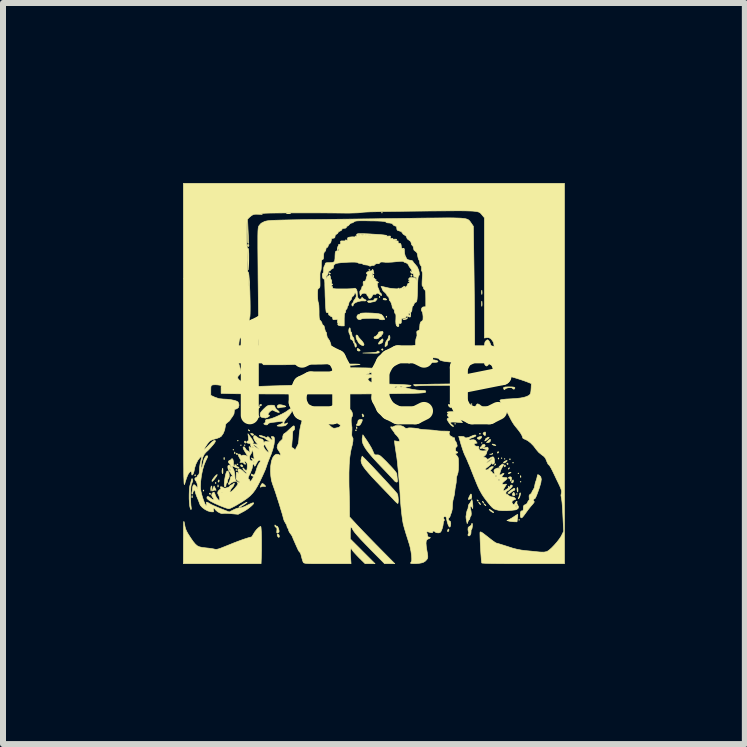
<source format=kicad_pcb>
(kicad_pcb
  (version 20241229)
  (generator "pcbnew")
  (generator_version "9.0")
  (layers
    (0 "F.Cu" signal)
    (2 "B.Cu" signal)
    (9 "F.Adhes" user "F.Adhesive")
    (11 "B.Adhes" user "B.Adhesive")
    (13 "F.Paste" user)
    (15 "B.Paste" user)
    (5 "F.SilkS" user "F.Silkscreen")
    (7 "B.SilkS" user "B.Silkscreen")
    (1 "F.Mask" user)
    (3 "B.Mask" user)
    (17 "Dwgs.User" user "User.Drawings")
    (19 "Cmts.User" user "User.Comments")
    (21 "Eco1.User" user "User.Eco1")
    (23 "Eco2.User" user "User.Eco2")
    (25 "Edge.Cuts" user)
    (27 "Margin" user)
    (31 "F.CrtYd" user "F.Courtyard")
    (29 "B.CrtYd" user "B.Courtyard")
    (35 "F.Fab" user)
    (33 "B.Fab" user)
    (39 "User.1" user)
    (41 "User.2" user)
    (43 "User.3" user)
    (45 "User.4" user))
  (footprint "face"
    (layer "F.Cu")
    (at 3.18 3.18)
    (property "Reference" "face" (at 0 0 0) (layer "F.SilkS") (effects (font (size 1.524 1.524) (thickness 0.3))))
    (attr through_hole)
    (fp_poly (pts (xy -2.337 1.264) (xy -2.343 1.27) (xy -2.349 1.264) (xy -2.343 1.257) (xy -2.337 1.264)) (stroke (width 0.01) (type solid)) (fill yes) (layer "F.SilkS"))
    (fp_poly (pts (xy -2.261 1.111) (xy -2.267 1.118) (xy -2.273 1.111) (xy -2.267 1.105) (xy -2.261 1.111)) (stroke (width 0.01) (type solid)) (fill yes) (layer "F.SilkS"))
    (fp_poly (pts (xy -2.21 1.187) (xy -2.216 1.194) (xy -2.223 1.187) (xy -2.216 1.181) (xy -2.21 1.187)) (stroke (width 0.01) (type solid)) (fill yes) (layer "F.SilkS"))
    (fp_poly (pts (xy -2.146 1.187) (xy -2.153 1.194) (xy -2.159 1.187) (xy -2.153 1.181) (xy -2.146 1.187)) (stroke (width 0.01) (type solid)) (fill yes) (layer "F.SilkS"))
    (fp_poly (pts (xy -2.032 -0.121) (xy -2.038 -0.114) (xy -2.045 -0.121) (xy -2.038 -0.127) (xy -2.032 -0.121)) (stroke (width 0.01) (type solid)) (fill yes) (layer "F.SilkS"))
    (fp_poly (pts (xy 0.038 -1.568) (xy 0.032 -1.562) (xy 0.025 -1.568) (xy 0.032 -1.575) (xy 0.038 -1.568)) (stroke (width 0.01) (type solid)) (fill yes) (layer "F.SilkS"))
    (fp_poly (pts (xy 0.14 -2.686) (xy 0.133 -2.68) (xy 0.127 -2.686) (xy 0.133 -2.692) (xy 0.14 -2.686)) (stroke (width 0.01) (type solid)) (fill yes) (layer "F.SilkS"))
    (fp_poly (pts (xy 0.673 -0.425) (xy 0.667 -0.419) (xy 0.66 -0.425) (xy 0.667 -0.432) (xy 0.673 -0.425)) (stroke (width 0.01) (type solid)) (fill yes) (layer "F.SilkS"))
    (fp_poly (pts (xy 0.673 -0.375) (xy 0.667 -0.368) (xy 0.66 -0.375) (xy 0.667 -0.381) (xy 0.673 -0.375)) (stroke (width 0.01) (type solid)) (fill yes) (layer "F.SilkS"))
    (fp_poly (pts (xy 1.359 0.832) (xy 1.353 0.838) (xy 1.346 0.832) (xy 1.353 0.826) (xy 1.359 0.832)) (stroke (width 0.01) (type solid)) (fill yes) (layer "F.SilkS"))
    (fp_poly (pts (xy 1.384 0.514) (xy 1.378 0.521) (xy 1.372 0.514) (xy 1.378 0.508) (xy 1.384 0.514)) (stroke (width 0.01) (type solid)) (fill yes) (layer "F.SilkS"))
    (fp_poly (pts (xy 1.6 0.514) (xy 1.594 0.521) (xy 1.587 0.514) (xy 1.594 0.508) (xy 1.6 0.514)) (stroke (width 0.01) (type solid)) (fill yes) (layer "F.SilkS"))
    (fp_poly (pts (xy 1.803 1.149) (xy 1.797 1.156) (xy 1.791 1.149) (xy 1.797 1.143) (xy 1.803 1.149)) (stroke (width 0.01) (type solid)) (fill yes) (layer "F.SilkS"))
    (fp_poly (pts (xy 1.943 1.34) (xy 1.937 1.346) (xy 1.93 1.34) (xy 1.937 1.333) (xy 1.943 1.34)) (stroke (width 0.01) (type solid)) (fill yes) (layer "F.SilkS"))
    (fp_poly (pts (xy 2.134 1.403) (xy 2.127 1.41) (xy 2.121 1.403) (xy 2.127 1.397) (xy 2.134 1.403)) (stroke (width 0.01) (type solid)) (fill yes) (layer "F.SilkS"))
    (fp_poly (pts (xy 2.184 1.416) (xy 2.178 1.422) (xy 2.172 1.416) (xy 2.178 1.41) (xy 2.184 1.416)) (stroke (width 0.01) (type solid)) (fill yes) (layer "F.SilkS"))
    (fp_poly (pts (xy 2.324 1.48) (xy 2.318 1.486) (xy 2.311 1.48) (xy 2.318 1.473) (xy 2.324 1.48)) (stroke (width 0.01) (type solid)) (fill yes) (layer "F.SilkS"))
    (fp_poly (pts (xy 2.388 2) (xy 2.381 2.007) (xy 2.375 2) (xy 2.381 1.994) (xy 2.388 2)) (stroke (width 0.01) (type solid)) (fill yes) (layer "F.SilkS"))
    (fp_poly (pts (xy 2.413 1.657) (xy 2.407 1.664) (xy 2.4 1.657) (xy 2.407 1.651) (xy 2.413 1.657)) (stroke (width 0.01) (type solid)) (fill yes) (layer "F.SilkS"))
    (fp_poly (pts (xy 2.426 2.432) (xy 2.419 2.438) (xy 2.413 2.432) (xy 2.419 2.426) (xy 2.426 2.432)) (stroke (width 0.01) (type solid)) (fill yes) (layer "F.SilkS"))
    (fp_poly (pts (xy 2.451 1.797) (xy 2.445 1.803) (xy 2.438 1.797) (xy 2.445 1.791) (xy 2.451 1.797)) (stroke (width 0.01) (type solid)) (fill yes) (layer "F.SilkS"))
    (fp_poly (pts (xy -3.027 2.029) (xy -3.025 2.055) (xy -3.027 2.061) (xy -3.032 2.062) (xy -3.033 2.045) (xy -3.031 2.027) (xy -3.027 2.029)) (stroke (width 0.01) (type solid)) (fill yes) (layer "F.SilkS"))
    (fp_poly (pts (xy -2.976 1.681) (xy -2.975 1.696) (xy -2.976 1.698) (xy -2.984 1.696) (xy -2.985 1.689) (xy -2.98 1.679) (xy -2.976 1.681)) (stroke (width 0.01) (type solid)) (fill yes) (layer "F.SilkS"))
    (fp_poly (pts (xy -2.836 1.935) (xy -2.835 1.95) (xy -2.836 1.952) (xy -2.844 1.95) (xy -2.845 1.943) (xy -2.84 1.933) (xy -2.836 1.935)) (stroke (width 0.01) (type solid)) (fill yes) (layer "F.SilkS"))
    (fp_poly (pts (xy -2.633 1.808) (xy -2.632 1.823) (xy -2.633 1.825) (xy -2.641 1.823) (xy -2.642 1.816) (xy -2.637 1.806) (xy -2.633 1.808)) (stroke (width 0.01) (type solid)) (fill yes) (layer "F.SilkS"))
    (fp_poly (pts (xy -2.595 1.851) (xy -2.593 1.877) (xy -2.595 1.883) (xy -2.6 1.884) (xy -2.601 1.867) (xy -2.599 1.849) (xy -2.595 1.851)) (stroke (width 0.01) (type solid)) (fill yes) (layer "F.SilkS"))
    (fp_poly (pts (xy -2.493 1.394) (xy -2.492 1.42) (xy -2.493 1.426) (xy -2.498 1.427) (xy -2.5 1.41) (xy -2.498 1.392) (xy -2.493 1.394)) (stroke (width 0.01) (type solid)) (fill yes) (layer "F.SilkS"))
    (fp_poly (pts (xy -2.315 1.306) (xy -2.314 1.326) (xy -2.316 1.33) (xy -2.322 1.326) (xy -2.323 1.313) (xy -2.32 1.3) (xy -2.315 1.306)) (stroke (width 0.01) (type solid)) (fill yes) (layer "F.SilkS"))
    (fp_poly (pts (xy -2.29 1.592) (xy -2.289 1.607) (xy -2.29 1.609) (xy -2.298 1.607) (xy -2.299 1.6) (xy -2.294 1.59) (xy -2.29 1.592)) (stroke (width 0.01) (type solid)) (fill yes) (layer "F.SilkS"))
    (fp_poly (pts (xy -2.265 1.503) (xy -2.267 1.51) (xy -2.273 1.511) (xy -2.284 1.507) (xy -2.282 1.503) (xy -2.267 1.501) (xy -2.265 1.503)) (stroke (width 0.01) (type solid)) (fill yes) (layer "F.SilkS"))
    (fp_poly (pts (xy -0.296 0.931) (xy -0.295 0.946) (xy -0.296 0.948) (xy -0.304 0.947) (xy -0.305 0.94) (xy -0.3 0.929) (xy -0.296 0.931)) (stroke (width 0.01) (type solid)) (fill yes) (layer "F.SilkS"))
    (fp_poly (pts (xy -0.283 0.887) (xy -0.282 0.906) (xy -0.284 0.911) (xy -0.29 0.907) (xy -0.291 0.894) (xy -0.288 0.881) (xy -0.283 0.887)) (stroke (width 0.01) (type solid)) (fill yes) (layer "F.SilkS"))
    (fp_poly (pts (xy -0.068 -1.736) (xy -0.069 -1.728) (xy -0.076 -1.727) (xy -0.087 -1.732) (xy -0.085 -1.736) (xy -0.07 -1.737) (xy -0.068 -1.736)) (stroke (width 0.01) (type solid)) (fill yes) (layer "F.SilkS"))
    (fp_poly (pts (xy -0.004 -1.641) (xy -0.003 -1.621) (xy -0.005 -1.616) (xy -0.011 -1.62) (xy -0.012 -1.633) (xy -0.009 -1.647) (xy -0.004 -1.641)) (stroke (width 0.01) (type solid)) (fill yes) (layer "F.SilkS"))
    (fp_poly (pts (xy 0.097 -1.291) (xy 0.099 -1.276) (xy 0.097 -1.274) (xy 0.09 -1.276) (xy 0.089 -1.283) (xy 0.094 -1.293) (xy 0.097 -1.291)) (stroke (width 0.01) (type solid)) (fill yes) (layer "F.SilkS"))
    (fp_poly (pts (xy 0.212 -0.961) (xy 0.213 -0.946) (xy 0.212 -0.944) (xy 0.204 -0.946) (xy 0.203 -0.953) (xy 0.208 -0.963) (xy 0.212 -0.961)) (stroke (width 0.01) (type solid)) (fill yes) (layer "F.SilkS"))
    (fp_poly (pts (xy 1.329 0.538) (xy 1.328 0.545) (xy 1.321 0.546) (xy 1.31 0.541) (xy 1.312 0.538) (xy 1.327 0.536) (xy 1.329 0.538)) (stroke (width 0.01) (type solid)) (fill yes) (layer "F.SilkS"))
    (fp_poly (pts (xy 1.634 0.5) (xy 1.632 0.507) (xy 1.626 0.508) (xy 1.615 0.503) (xy 1.617 0.5) (xy 1.632 0.498) (xy 1.634 0.5)) (stroke (width 0.01) (type solid)) (fill yes) (layer "F.SilkS"))
    (fp_poly (pts (xy 1.774 0.995) (xy 1.772 1.002) (xy 1.765 1.003) (xy 1.755 0.999) (xy 1.757 0.995) (xy 1.772 0.993) (xy 1.774 0.995)) (stroke (width 0.01) (type solid)) (fill yes) (layer "F.SilkS"))
    (fp_poly (pts (xy 2.079 1.401) (xy 2.08 1.416) (xy 2.079 1.418) (xy 2.071 1.416) (xy 2.07 1.41) (xy 2.075 1.399) (xy 2.079 1.401)) (stroke (width 0.01) (type solid)) (fill yes) (layer "F.SilkS"))
    (fp_poly (pts (xy 2.269 1.414) (xy 2.271 1.429) (xy 2.269 1.431) (xy 2.262 1.429) (xy 2.261 1.422) (xy 2.265 1.412) (xy 2.269 1.414)) (stroke (width 0.01) (type solid)) (fill yes) (layer "F.SilkS"))
    (fp_poly (pts (xy 2.447 1.699) (xy 2.449 1.719) (xy 2.446 1.724) (xy 2.44 1.72) (xy 2.439 1.707) (xy 2.443 1.694) (xy 2.447 1.699)) (stroke (width 0.01) (type solid)) (fill yes) (layer "F.SilkS"))
    (fp_poly (pts (xy -2.135 1.133) (xy -2.136 1.145) (xy -2.143 1.154) (xy -2.152 1.145) (xy -2.156 1.126) (xy -2.154 1.121) (xy -2.141 1.119) (xy -2.135 1.133)) (stroke (width 0.01) (type solid)) (fill yes) (layer "F.SilkS"))
    (fp_poly (pts (xy -2.085 0.932) (xy -2.071 0.944) (xy -2.07 0.947) (xy -2.076 0.952) (xy -2.089 0.94) (xy -2.09 0.938) (xy -2.092 0.929) (xy -2.085 0.932)) (stroke (width 0.01) (type solid)) (fill yes) (layer "F.SilkS"))
    (fp_poly (pts (xy 1.251 2.6) (xy 1.244 2.62) (xy 1.232 2.629) (xy 1.226 2.619) (xy 1.228 2.604) (xy 1.238 2.586) (xy 1.245 2.585) (xy 1.251 2.6)) (stroke (width 0.01) (type solid)) (fill yes) (layer "F.SilkS"))
    (fp_poly (pts (xy 1.725 2.101) (xy 1.739 2.112) (xy 1.74 2.115) (xy 1.734 2.121) (xy 1.721 2.109) (xy 1.72 2.106) (xy 1.718 2.098) (xy 1.725 2.101)) (stroke (width 0.01) (type solid)) (fill yes) (layer "F.SilkS"))
    (fp_poly (pts (xy 1.747 2.137) (xy 1.76 2.149) (xy 1.775 2.168) (xy 1.777 2.177) (xy 1.767 2.172) (xy 1.754 2.155) (xy 1.743 2.136) (xy 1.747 2.137)) (stroke (width 0.01) (type solid)) (fill yes) (layer "F.SilkS"))
    (fp_poly (pts (xy 1.814 2.126) (xy 1.828 2.138) (xy 1.829 2.141) (xy 1.823 2.146) (xy 1.81 2.134) (xy 1.809 2.132) (xy 1.807 2.123) (xy 1.814 2.126)) (stroke (width 0.01) (type solid)) (fill yes) (layer "F.SilkS"))
    (fp_poly (pts (xy 2.185 1.518) (xy 2.192 1.533) (xy 2.19 1.538) (xy 2.178 1.549) (xy 2.172 1.536) (xy 2.172 1.53) (xy 2.178 1.517) (xy 2.185 1.518)) (stroke (width 0.01) (type solid)) (fill yes) (layer "F.SilkS"))
    (fp_poly (pts (xy -2.731 1.988) (xy -2.718 1.999) (xy -2.718 2.001) (xy -2.728 2.006) (xy -2.731 2.007) (xy -2.743 1.997) (xy -2.743 1.993) (xy -2.735 1.986) (xy -2.731 1.988)) (stroke (width 0.01) (type solid)) (fill yes) (layer "F.SilkS"))
    (fp_poly (pts (xy -2.579 1.776) (xy -2.578 1.784) (xy -2.585 1.801) (xy -2.59 1.803) (xy -2.597 1.794) (xy -2.595 1.784) (xy -2.586 1.768) (xy -2.583 1.765) (xy -2.579 1.776)) (stroke (width 0.01) (type solid)) (fill yes) (layer "F.SilkS"))
    (fp_poly (pts (xy -2.274 1.33) (xy -2.273 1.333) (xy -2.278 1.346) (xy -2.279 1.346) (xy -2.29 1.337) (xy -2.292 1.333) (xy -2.291 1.322) (xy -2.287 1.321) (xy -2.274 1.33)) (stroke (width 0.01) (type solid)) (fill yes) (layer "F.SilkS"))
    (fp_poly (pts (xy -2.188 1.527) (xy -2.184 1.537) (xy -2.192 1.549) (xy -2.208 1.545) (xy -2.217 1.536) (xy -2.22 1.519) (xy -2.218 1.516) (xy -2.203 1.515) (xy -2.188 1.527)) (stroke (width 0.01) (type solid)) (fill yes) (layer "F.SilkS"))
    (fp_poly (pts (xy -2.084 -2.149) (xy -2.083 -2.14) (xy -2.09 -2.123) (xy -2.095 -2.121) (xy -2.107 -2.131) (xy -2.108 -2.14) (xy -2.101 -2.157) (xy -2.095 -2.159) (xy -2.084 -2.149)) (stroke (width 0.01) (type solid)) (fill yes) (layer "F.SilkS"))
    (fp_poly (pts (xy -2.034 0.993) (xy -2.012 1.001) (xy -2.005 1.009) (xy -2.012 1.024) (xy -2.03 1.022) (xy -2.045 1.009) (xy -2.055 0.994) (xy -2.045 0.991) (xy -2.034 0.993)) (stroke (width 0.01) (type solid)) (fill yes) (layer "F.SilkS"))
    (fp_poly (pts (xy -1.872 0.514) (xy -1.873 0.521) (xy -1.889 0.533) (xy -1.893 0.533) (xy -1.905 0.524) (xy -1.905 0.521) (xy -1.895 0.51) (xy -1.885 0.508) (xy -1.872 0.514)) (stroke (width 0.01) (type solid)) (fill yes) (layer "F.SilkS"))
    (fp_poly (pts (xy -1.584 2.678) (xy -1.576 2.701) (xy -1.577 2.718) (xy -1.587 2.723) (xy -1.597 2.716) (xy -1.611 2.694) (xy -1.611 2.674) (xy -1.6 2.667) (xy -1.584 2.678)) (stroke (width 0.01) (type solid)) (fill yes) (layer "F.SilkS"))
    (fp_poly (pts (xy -1.394 -2.676) (xy -1.388 -2.673) (xy -1.404 -2.671) (xy -1.422 -2.67) (xy -1.45 -2.671) (xy -1.457 -2.674) (xy -1.451 -2.676) (xy -1.414 -2.678) (xy -1.394 -2.676)) (stroke (width 0.01) (type solid)) (fill yes) (layer "F.SilkS"))
    (fp_poly (pts (xy -1.284 0.523) (xy -1.293 0.532) (xy -1.295 0.533) (xy -1.319 0.545) (xy -1.33 0.543) (xy -1.327 0.533) (xy -1.309 0.522) (xy -1.298 0.521) (xy -1.284 0.523)) (stroke (width 0.01) (type solid)) (fill yes) (layer "F.SilkS"))
    (fp_poly (pts (xy -0.737 -1.683) (xy -0.724 -1.671) (xy -0.724 -1.669) (xy -0.734 -1.664) (xy -0.737 -1.664) (xy -0.749 -1.673) (xy -0.749 -1.677) (xy -0.742 -1.685) (xy -0.737 -1.683)) (stroke (width 0.01) (type solid)) (fill yes) (layer "F.SilkS"))
    (fp_poly (pts (xy -0.18 0.678) (xy -0.167 0.699) (xy -0.174 0.712) (xy -0.185 0.715) (xy -0.193 0.695) (xy -0.194 0.692) (xy -0.197 0.669) (xy -0.191 0.668) (xy -0.18 0.678)) (stroke (width 0.01) (type solid)) (fill yes) (layer "F.SilkS"))
    (fp_poly (pts (xy 0.152 -0.409) (xy 0.152 -0.406) (xy 0.143 -0.394) (xy 0.14 -0.394) (xy 0.127 -0.403) (xy 0.127 -0.406) (xy 0.137 -0.419) (xy 0.14 -0.419) (xy 0.152 -0.409)) (stroke (width 0.01) (type solid)) (fill yes) (layer "F.SilkS"))
    (fp_poly (pts (xy 0.182 -1.26) (xy 0.198 -1.251) (xy 0.213 -1.238) (xy 0.208 -1.233) (xy 0.187 -1.232) (xy 0.162 -1.236) (xy 0.152 -1.244) (xy 0.161 -1.261) (xy 0.182 -1.26)) (stroke (width 0.01) (type solid)) (fill yes) (layer "F.SilkS"))
    (fp_poly (pts (xy 0.635 -1.641) (xy 0.635 -1.638) (xy 0.625 -1.626) (xy 0.622 -1.626) (xy 0.614 -1.633) (xy 0.616 -1.638) (xy 0.627 -1.65) (xy 0.629 -1.651) (xy 0.635 -1.641)) (stroke (width 0.01) (type solid)) (fill yes) (layer "F.SilkS"))
    (fp_poly (pts (xy 1.8 -1.387) (xy 1.802 -1.35) (xy 1.8 -1.33) (xy 1.797 -1.324) (xy 1.795 -1.34) (xy 1.794 -1.359) (xy 1.795 -1.386) (xy 1.798 -1.394) (xy 1.8 -1.387)) (stroke (width 0.01) (type solid)) (fill yes) (layer "F.SilkS"))
    (fp_poly (pts (xy 1.8 -1.203) (xy 1.802 -1.162) (xy 1.8 -1.133) (xy 1.797 -1.126) (xy 1.795 -1.14) (xy 1.795 -1.168) (xy 1.795 -1.2) (xy 1.797 -1.212) (xy 1.8 -1.203)) (stroke (width 0.01) (type solid)) (fill yes) (layer "F.SilkS"))
    (fp_poly (pts (xy 1.835 2.163) (xy 1.845 2.17) (xy 1.862 2.186) (xy 1.867 2.192) (xy 1.861 2.196) (xy 1.844 2.18) (xy 1.84 2.175) (xy 1.829 2.16) (xy 1.835 2.163)) (stroke (width 0.01) (type solid)) (fill yes) (layer "F.SilkS"))
    (fp_poly (pts (xy 1.941 1.092) (xy 1.94 1.121) (xy 1.919 1.14) (xy 1.903 1.143) (xy 1.875 1.143) (xy 1.906 1.11) (xy 1.927 1.093) (xy 1.94 1.09) (xy 1.941 1.092)) (stroke (width 0.01) (type solid)) (fill yes) (layer "F.SilkS"))
    (fp_poly (pts (xy 1.977 1.329) (xy 1.975 1.333) (xy 1.963 1.346) (xy 1.961 1.346) (xy 1.96 1.338) (xy 1.962 1.333) (xy 1.974 1.321) (xy 1.976 1.321) (xy 1.977 1.329)) (stroke (width 0.01) (type solid)) (fill yes) (layer "F.SilkS"))
    (fp_poly (pts (xy 2.028 1.507) (xy 2.026 1.511) (xy 2.014 1.523) (xy 2.011 1.524) (xy 2.011 1.516) (xy 2.013 1.511) (xy 2.025 1.499) (xy 2.027 1.499) (xy 2.028 1.507)) (stroke (width 0.01) (type solid)) (fill yes) (layer "F.SilkS"))
    (fp_poly (pts (xy 2.078 1.303) (xy 2.076 1.308) (xy 2.065 1.32) (xy 2.063 1.321) (xy 2.058 1.311) (xy 2.057 1.308) (xy 2.067 1.296) (xy 2.071 1.295) (xy 2.078 1.303)) (stroke (width 0.01) (type solid)) (fill yes) (layer "F.SilkS"))
    (fp_poly (pts (xy 2.235 1.495) (xy 2.235 1.499) (xy 2.231 1.511) (xy 2.23 1.511) (xy 2.219 1.502) (xy 2.216 1.499) (xy 2.217 1.487) (xy 2.222 1.486) (xy 2.235 1.495)) (stroke (width 0.01) (type solid)) (fill yes) (layer "F.SilkS"))
    (fp_poly (pts (xy 2.257 1.57) (xy 2.254 1.575) (xy 2.242 1.587) (xy 2.24 1.587) (xy 2.239 1.579) (xy 2.242 1.575) (xy 2.254 1.563) (xy 2.256 1.562) (xy 2.257 1.57)) (stroke (width 0.01) (type solid)) (fill yes) (layer "F.SilkS"))
    (fp_poly (pts (xy 2.285 1.641) (xy 2.276 1.649) (xy 2.273 1.651) (xy 2.25 1.662) (xy 2.239 1.66) (xy 2.242 1.651) (xy 2.26 1.64) (xy 2.271 1.638) (xy 2.285 1.641)) (stroke (width 0.01) (type solid)) (fill yes) (layer "F.SilkS"))
    (fp_poly (pts (xy -0.264 -0.422) (xy -0.254 -0.416) (xy -0.234 -0.4) (xy -0.229 -0.391) (xy -0.239 -0.383) (xy -0.254 -0.381) (xy -0.275 -0.39) (xy -0.279 -0.407) (xy -0.277 -0.424) (xy -0.264 -0.422)) (stroke (width 0.01) (type solid)) (fill yes) (layer "F.SilkS"))
    (fp_poly (pts (xy 1.859 0.975) (xy 1.861 0.997) (xy 1.857 1.023) (xy 1.845 1.026) (xy 1.828 1.009) (xy 1.818 0.991) (xy 1.828 0.978) (xy 1.83 0.977) (xy 1.851 0.967) (xy 1.859 0.975)) (stroke (width 0.01) (type solid)) (fill yes) (layer "F.SilkS"))
    (fp_poly (pts (xy 2.221 1.448) (xy 2.204 1.465) (xy 2.2 1.468) (xy 2.173 1.484) (xy 2.16 1.481) (xy 2.159 1.475) (xy 2.169 1.463) (xy 2.191 1.45) (xy 2.216 1.442) (xy 2.221 1.448)) (stroke (width 0.01) (type solid)) (fill yes) (layer "F.SilkS"))
    (fp_poly (pts (xy 2.323 1.776) (xy 2.324 1.791) (xy 2.316 1.812) (xy 2.305 1.816) (xy 2.292 1.812) (xy 2.297 1.794) (xy 2.299 1.791) (xy 2.312 1.771) (xy 2.318 1.765) (xy 2.323 1.776)) (stroke (width 0.01) (type solid)) (fill yes) (layer "F.SilkS"))
    (fp_poly (pts (xy 2.336 1.979) (xy 2.338 1.983) (xy 2.35 2.012) (xy 2.344 2.027) (xy 2.32 2.026) (xy 2.315 2.024) (xy 2.305 2.013) (xy 2.313 1.991) (xy 2.325 1.974) (xy 2.336 1.979)) (stroke (width 0.01) (type solid)) (fill yes) (layer "F.SilkS"))
    (fp_poly (pts (xy -2.699 1.878) (xy -2.7 1.905) (xy -2.701 1.908) (xy -2.709 1.943) (xy -2.714 1.953) (xy -2.717 1.937) (xy -2.718 1.913) (xy -2.715 1.883) (xy -2.707 1.868) (xy -2.705 1.867) (xy -2.699 1.878)) (stroke (width 0.01) (type solid)) (fill yes) (layer "F.SilkS"))
    (fp_poly (pts (xy -2.517 1.578) (xy -2.516 1.607) (xy -2.516 1.61) (xy -2.516 1.647) (xy -2.52 1.663) (xy -2.526 1.654) (xy -2.53 1.641) (xy -2.531 1.612) (xy -2.526 1.587) (xy -2.521 1.572) (xy -2.517 1.578)) (stroke (width 0.01) (type solid)) (fill yes) (layer "F.SilkS"))
    (fp_poly (pts (xy -1.935 0.683) (xy -1.921 0.699) (xy -1.911 0.718) (xy -1.918 0.724) (xy -1.922 0.724) (xy -1.943 0.715) (xy -1.962 0.699) (xy -1.977 0.68) (xy -1.975 0.674) (xy -1.961 0.673) (xy -1.935 0.683)) (stroke (width 0.01) (type solid)) (fill yes) (layer "F.SilkS"))
    (fp_poly (pts (xy -0.629 -0.241) (xy -0.613 -0.217) (xy -0.61 -0.195) (xy -0.617 -0.171) (xy -0.629 -0.165) (xy -0.643 -0.174) (xy -0.648 -0.204) (xy -0.648 -0.211) (xy -0.646 -0.24) (xy -0.64 -0.248) (xy -0.629 -0.241)) (stroke (width 0.01) (type solid)) (fill yes) (layer "F.SilkS"))
    (fp_poly (pts (xy 0.557 -0.927) (xy 0.557 -0.927) (xy 0.54 -0.913) (xy 0.507 -0.906) (xy 0.484 -0.906) (xy 0.485 -0.908) (xy 0.495 -0.91) (xy 0.527 -0.921) (xy 0.545 -0.931) (xy 0.558 -0.939) (xy 0.557 -0.927)) (stroke (width 0.01) (type solid)) (fill yes) (layer "F.SilkS"))
    (fp_poly (pts (xy 1.271 0.518) (xy 1.283 0.533) (xy 1.29 0.553) (xy 1.28 0.559) (xy 1.277 0.559) (xy 1.257 0.549) (xy 1.245 0.533) (xy 1.238 0.514) (xy 1.248 0.508) (xy 1.25 0.508) (xy 1.271 0.518)) (stroke (width 0.01) (type solid)) (fill yes) (layer "F.SilkS"))
    (fp_poly (pts (xy 1.936 2.262) (xy 1.967 2.281) (xy 1.967 2.282) (xy 1.99 2.299) (xy 1.996 2.31) (xy 1.993 2.311) (xy 1.971 2.303) (xy 1.944 2.285) (xy 1.923 2.264) (xy 1.92 2.257) (xy 1.936 2.262)) (stroke (width 0.01) (type solid)) (fill yes) (layer "F.SilkS"))
    (fp_poly (pts (xy 2.008 1.175) (xy 2.019 1.181) (xy 2.032 1.191) (xy 2.022 1.193) (xy 2.019 1.193) (xy 1.992 1.187) (xy 1.981 1.181) (xy 1.969 1.171) (xy 1.978 1.169) (xy 1.981 1.169) (xy 2.008 1.175)) (stroke (width 0.01) (type solid)) (fill yes) (layer "F.SilkS"))
    (fp_poly (pts (xy -2.646 1.9) (xy -2.632 1.93) (xy -2.631 1.941) (xy -2.642 1.936) (xy -2.662 1.937) (xy -2.674 1.944) (xy -2.69 1.951) (xy -2.692 1.945) (xy -2.687 1.924) (xy -2.678 1.899) (xy -2.663 1.867) (xy -2.646 1.9)) (stroke (width 0.01) (type solid)) (fill yes) (layer "F.SilkS"))
    (fp_poly (pts (xy 1.797 1.045) (xy 1.792 1.059) (xy 1.788 1.067) (xy 1.766 1.089) (xy 1.741 1.088) (xy 1.729 1.081) (xy 1.72 1.07) (xy 1.732 1.058) (xy 1.737 1.055) (xy 1.767 1.044) (xy 1.784 1.041) (xy 1.797 1.045)) (stroke (width 0.01) (type solid)) (fill yes) (layer "F.SilkS"))
    (fp_poly (pts (xy 1.933 -0.212) (xy 1.931 -0.197) (xy 1.92 -0.175) (xy 1.897 -0.142) (xy 1.878 -0.131) (xy 1.858 -0.141) (xy 1.857 -0.142) (xy 1.841 -0.17) (xy 1.849 -0.193) (xy 1.88 -0.208) (xy 1.881 -0.208) (xy 1.918 -0.214) (xy 1.933 -0.212)) (stroke (width 0.01) (type solid)) (fill yes) (layer "F.SilkS"))
    (fp_poly (pts (xy 2.397 1.903) (xy 2.4 1.93) (xy 2.4 1.93) (xy 2.399 1.957) (xy 2.395 1.968) (xy 2.395 1.968) (xy 2.39 1.958) (xy 2.385 1.931) (xy 2.385 1.93) (xy 2.384 1.904) (xy 2.39 1.892) (xy 2.39 1.892) (xy 2.397 1.903)) (stroke (width 0.01) (type solid)) (fill yes) (layer "F.SilkS"))
    (fp_poly (pts (xy 2.443 1.991) (xy 2.439 2.015) (xy 2.43 2.044) (xy 2.418 2.068) (xy 2.412 2.076) (xy 2.404 2.081) (xy 2.409 2.066) (xy 2.411 2.061) (xy 2.423 2.028) (xy 2.426 2.007) (xy 2.431 1.986) (xy 2.438 1.981) (xy 2.443 1.991)) (stroke (width 0.01) (type solid)) (fill yes) (layer "F.SilkS"))
    (fp_poly (pts (xy -2.611 1.677) (xy -2.614 1.69) (xy -2.629 1.715) (xy -2.65 1.744) (xy -2.672 1.771) (xy -2.69 1.788) (xy -2.696 1.791) (xy -2.699 1.782) (xy -2.693 1.768) (xy -2.674 1.738) (xy -2.65 1.709) (xy -2.628 1.686) (xy -2.613 1.677) (xy -2.611 1.677)) (stroke (width 0.01) (type solid)) (fill yes) (layer "F.SilkS"))
    (fp_poly (pts (xy -2.12 2.146) (xy -2.143 2.164) (xy -2.17 2.182) (xy -2.212 2.208) (xy -2.236 2.221) (xy -2.247 2.221) (xy -2.248 2.217) (xy -2.238 2.208) (xy -2.213 2.191) (xy -2.181 2.171) (xy -2.149 2.153) (xy -2.124 2.14) (xy -2.113 2.137) (xy -2.12 2.146)) (stroke (width 0.01) (type solid)) (fill yes) (layer "F.SilkS"))
    (fp_poly (pts (xy -2.049 -0.393) (xy -2.048 -0.384) (xy -2.046 -0.324) (xy -2.047 -0.258) (xy -2.048 -0.225) (xy -2.05 -0.208) (xy -2.051 -0.213) (xy -2.052 -0.24) (xy -2.052 -0.286) (xy -2.053 -0.305) (xy -2.052 -0.357) (xy -2.051 -0.39) (xy -2.05 -0.403) (xy -2.049 -0.393)) (stroke (width 0.01) (type solid)) (fill yes) (layer "F.SilkS"))
    (fp_poly (pts (xy -1.832 1.841) (xy -1.809 1.864) (xy -1.806 1.875) (xy -1.824 1.875) (xy -1.829 1.873) (xy -1.859 1.873) (xy -1.874 1.88) (xy -1.889 1.888) (xy -1.892 1.884) (xy -1.886 1.866) (xy -1.876 1.846) (xy -1.864 1.827) (xy -1.851 1.827) (xy -1.832 1.841)) (stroke (width 0.01) (type solid)) (fill yes) (layer "F.SilkS"))
    (fp_poly (pts (xy 0.151 -0.573) (xy 0.152 -0.554) (xy 0.141 -0.524) (xy 0.12 -0.51) (xy 0.091 -0.498) (xy 0.079 -0.497) (xy 0.076 -0.507) (xy 0.076 -0.507) (xy 0.084 -0.524) (xy 0.103 -0.548) (xy 0.125 -0.571) (xy 0.142 -0.584) (xy 0.144 -0.584) (xy 0.151 -0.573)) (stroke (width 0.01) (type solid)) (fill yes) (layer "F.SilkS"))
    (fp_poly (pts (xy 2.29 1.721) (xy 2.293 1.745) (xy 2.293 1.747) (xy 2.287 1.775) (xy 2.28 1.787) (xy 2.274 1.781) (xy 2.273 1.767) (xy 2.266 1.745) (xy 2.253 1.74) (xy 2.24 1.734) (xy 2.242 1.727) (xy 2.26 1.716) (xy 2.273 1.714) (xy 2.29 1.721)) (stroke (width 0.01) (type solid)) (fill yes) (layer "F.SilkS"))
    (fp_poly (pts (xy -2.096 -2.369) (xy -2.093 -2.302) (xy -2.091 -2.245) (xy -2.09 -2.202) (xy -2.089 -2.178) (xy -2.09 -2.175) (xy -2.098 -2.179) (xy -2.1 -2.18) (xy -2.103 -2.195) (xy -2.105 -2.231) (xy -2.106 -2.283) (xy -2.106 -2.346) (xy -2.106 -2.374) (xy -2.104 -2.559) (xy -2.096 -2.369)) (stroke (width 0.01) (type solid)) (fill yes) (layer "F.SilkS"))
    (fp_poly (pts (xy 1.623 2.007) (xy 1.625 2.013) (xy 1.63 2.042) (xy 1.626 2.069) (xy 1.615 2.082) (xy 1.612 2.083) (xy 1.593 2.087) (xy 1.583 2.09) (xy 1.573 2.091) (xy 1.575 2.077) (xy 1.588 2.046) (xy 1.59 2.043) (xy 1.606 2.011) (xy 1.616 2) (xy 1.623 2.007)) (stroke (width 0.01) (type solid)) (fill yes) (layer "F.SilkS"))
    (fp_poly (pts (xy 1.847 1.178) (xy 1.854 1.198) (xy 1.837 1.219) (xy 1.82 1.229) (xy 1.785 1.242) (xy 1.769 1.242) (xy 1.765 1.233) (xy 1.775 1.219) (xy 1.785 1.214) (xy 1.799 1.202) (xy 1.798 1.195) (xy 1.802 1.185) (xy 1.82 1.176) (xy 1.84 1.175) (xy 1.847 1.178)) (stroke (width 0.01) (type solid)) (fill yes) (layer "F.SilkS"))
    (fp_poly (pts (xy -2.06 -0.77) (xy -2.057 -0.738) (xy -2.054 -0.696) (xy -2.053 -0.651) (xy -2.054 -0.611) (xy -2.056 -0.582) (xy -2.059 -0.572) (xy -2.064 -0.583) (xy -2.068 -0.615) (xy -2.07 -0.66) (xy -2.07 -0.682) (xy -2.069 -0.73) (xy -2.068 -0.766) (xy -2.066 -0.785) (xy -2.064 -0.786) (xy -2.06 -0.77)) (stroke (width 0.01) (type solid)) (fill yes) (layer "F.SilkS"))
    (fp_poly (pts (xy -1.534 0.517) (xy -1.502 0.525) (xy -1.477 0.534) (xy -1.467 0.543) (xy -1.468 0.545) (xy -1.485 0.551) (xy -1.509 0.553) (xy -1.546 0.557) (xy -1.569 0.563) (xy -1.594 0.567) (xy -1.604 0.563) (xy -1.613 0.541) (xy -1.6 0.521) (xy -1.588 0.515) (xy -1.566 0.513) (xy -1.534 0.517)) (stroke (width 0.01) (type solid)) (fill yes) (layer "F.SilkS"))
    (fp_poly (pts (xy 0.087 -0.371) (xy 0.089 -0.362) (xy 0.085 -0.353) (xy 0.071 -0.348) (xy 0.042 -0.345) (xy -0.005 -0.345) (xy -0.048 -0.346) (xy -0.184 -0.348) (xy -0.067 -0.352) (xy -0.016 -0.355) (xy 0.024 -0.36) (xy 0.047 -0.366) (xy 0.051 -0.369) (xy 0.061 -0.38) (xy 0.07 -0.381) (xy 0.087 -0.371)) (stroke (width 0.01) (type solid)) (fill yes) (layer "F.SilkS"))
    (fp_poly (pts (xy 0.657 -0.281) (xy 0.66 -0.247) (xy 0.657 -0.216) (xy 0.646 -0.204) (xy 0.636 -0.203) (xy 0.611 -0.197) (xy 0.603 -0.191) (xy 0.587 -0.178) (xy 0.574 -0.185) (xy 0.572 -0.195) (xy 0.577 -0.228) (xy 0.591 -0.263) (xy 0.608 -0.29) (xy 0.618 -0.297) (xy 0.643 -0.3) (xy 0.657 -0.281)) (stroke (width 0.01) (type solid)) (fill yes) (layer "F.SilkS"))
    (fp_poly (pts (xy 1.742 0.503) (xy 1.77 0.52) (xy 1.799 0.543) (xy 1.821 0.567) (xy 1.828 0.582) (xy 1.817 0.598) (xy 1.789 0.614) (xy 1.751 0.627) (xy 1.709 0.634) (xy 1.697 0.635) (xy 1.652 0.635) (xy 1.679 0.57) (xy 1.697 0.533) (xy 1.714 0.507) (xy 1.723 0.499) (xy 1.742 0.503)) (stroke (width 0.01) (type solid)) (fill yes) (layer "F.SilkS"))
    (fp_poly (pts (xy 1.92 1.061) (xy 1.905 1.079) (xy 1.897 1.086) (xy 1.87 1.106) (xy 1.85 1.117) (xy 1.848 1.117) (xy 1.846 1.112) (xy 1.854 1.105) (xy 1.864 1.095) (xy 1.861 1.092) (xy 1.857 1.087) (xy 1.869 1.075) (xy 1.889 1.063) (xy 1.909 1.055) (xy 1.916 1.054) (xy 1.92 1.061)) (stroke (width 0.01) (type solid)) (fill yes) (layer "F.SilkS"))
    (fp_poly (pts (xy 2.348 1.915) (xy 2.349 1.924) (xy 2.34 1.941) (xy 2.332 1.943) (xy 2.312 1.952) (xy 2.292 1.968) (xy 2.263 1.991) (xy 2.238 1.991) (xy 2.231 1.986) (xy 2.237 1.976) (xy 2.257 1.958) (xy 2.284 1.937) (xy 2.313 1.918) (xy 2.335 1.906) (xy 2.34 1.905) (xy 2.348 1.915)) (stroke (width 0.01) (type solid)) (fill yes) (layer "F.SilkS"))
    (fp_poly (pts (xy -0.193 0.765) (xy -0.197 0.786) (xy -0.212 0.819) (xy -0.233 0.852) (xy -0.258 0.863) (xy -0.263 0.864) (xy -0.285 0.859) (xy -0.292 0.852) (xy -0.283 0.834) (xy -0.279 0.832) (xy -0.269 0.814) (xy -0.267 0.794) (xy -0.261 0.772) (xy -0.238 0.761) (xy -0.229 0.759) (xy -0.203 0.757) (xy -0.193 0.765)) (stroke (width 0.01) (type solid)) (fill yes) (layer "F.SilkS"))
    (fp_poly (pts (xy 2.397 2.355) (xy 2.395 2.386) (xy 2.392 2.405) (xy 2.384 2.464) (xy 2.332 2.463) (xy 2.29 2.459) (xy 2.253 2.453) (xy 2.248 2.452) (xy 2.216 2.442) (xy 2.254 2.425) (xy 2.289 2.406) (xy 2.329 2.381) (xy 2.342 2.372) (xy 2.372 2.352) (xy 2.392 2.342) (xy 2.396 2.341) (xy 2.397 2.355)) (stroke (width 0.01) (type solid)) (fill yes) (layer "F.SilkS"))
    (fp_poly (pts (xy -0.31 -0.165) (xy -0.266 -0.163) (xy -0.238 -0.161) (xy -0.231 -0.158) (xy -0.246 -0.155) (xy -0.28 -0.151) (xy -0.33 -0.147) (xy -0.381 -0.144) (xy -0.446 -0.141) (xy -0.489 -0.141) (xy -0.511 -0.143) (xy -0.516 -0.149) (xy -0.516 -0.15) (xy -0.498 -0.158) (xy -0.455 -0.163) (xy -0.388 -0.165) (xy -0.365 -0.165) (xy -0.31 -0.165)) (stroke (width 0.01) (type solid)) (fill yes) (layer "F.SilkS"))
    (fp_poly (pts (xy -1.64 2.526) (xy -1.624 2.537) (xy -1.616 2.536) (xy -1.606 2.542) (xy -1.593 2.566) (xy -1.588 2.58) (xy -1.58 2.615) (xy -1.581 2.634) (xy -1.59 2.643) (xy -1.611 2.653) (xy -1.619 2.644) (xy -1.618 2.615) (xy -1.617 2.61) (xy -1.615 2.577) (xy -1.624 2.561) (xy -1.63 2.558) (xy -1.648 2.541) (xy -1.651 2.529) (xy -1.648 2.516) (xy -1.64 2.526)) (stroke (width 0.01) (type solid)) (fill yes) (layer "F.SilkS"))
    (fp_poly (pts (xy 0.055 -1.254) (xy 0.054 -1.249) (xy 0.054 -1.249) (xy 0.039 -1.232) (xy 0.038 -1.226) (xy 0.027 -1.213) (xy -0.000083 -1.204) (xy -0.003 -1.203) (xy -0.039 -1.197) (xy -0.065 -1.189) (xy -0.089 -1.19) (xy -0.101 -1.2) (xy -0.108 -1.211) (xy -0.1 -1.217) (xy -0.072 -1.219) (xy -0.059 -1.219) (xy -0.02 -1.222) (xy -0.003 -1.23) (xy 0 -1.238) (xy 0.011 -1.253) (xy 0.035 -1.256) (xy 0.055 -1.254)) (stroke (width 0.01) (type solid)) (fill yes) (layer "F.SilkS"))
    (fp_poly (pts (xy 0.263 -0.636) (xy 0.267 -0.61) (xy 0.267 -0.604) (xy 0.263 -0.571) (xy 0.25 -0.559) (xy 0.248 -0.559) (xy 0.233 -0.549) (xy 0.229 -0.517) (xy 0.229 -0.516) (xy 0.221 -0.478) (xy 0.198 -0.459) (xy 0.185 -0.457) (xy 0.185 -0.468) (xy 0.188 -0.495) (xy 0.188 -0.498) (xy 0.2 -0.535) (xy 0.218 -0.564) (xy 0.236 -0.591) (xy 0.241 -0.611) (xy 0.248 -0.635) (xy 0.254 -0.641) (xy 0.263 -0.636)) (stroke (width 0.01) (type solid)) (fill yes) (layer "F.SilkS"))
    (fp_poly (pts (xy 1.916 -0.55) (xy 1.929 -0.529) (xy 1.945 -0.489) (xy 1.955 -0.438) (xy 1.958 -0.383) (xy 1.954 -0.332) (xy 1.944 -0.292) (xy 1.933 -0.275) (xy 1.9 -0.256) (xy 1.871 -0.26) (xy 1.855 -0.279) (xy 1.849 -0.302) (xy 1.844 -0.343) (xy 1.842 -0.395) (xy 1.841 -0.416) (xy 1.842 -0.473) (xy 1.846 -0.511) (xy 1.852 -0.534) (xy 1.864 -0.55) (xy 1.865 -0.55) (xy 1.885 -0.567) (xy 1.9 -0.567) (xy 1.916 -0.55)) (stroke (width 0.01) (type solid)) (fill yes) (layer "F.SilkS"))
    (fp_poly (pts (xy 2.304 0.217) (xy 2.334 0.221) (xy 2.347 0.228) (xy 2.349 0.235) (xy 2.339 0.252) (xy 2.33 0.254) (xy 2.314 0.247) (xy 2.311 0.241) (xy 2.301 0.232) (xy 2.274 0.228) (xy 2.241 0.23) (xy 2.211 0.237) (xy 2.192 0.248) (xy 2.192 0.248) (xy 2.176 0.261) (xy 2.168 0.259) (xy 2.16 0.239) (xy 2.159 0.233) (xy 2.166 0.224) (xy 2.19 0.218) (xy 2.235 0.216) (xy 2.254 0.216) (xy 2.304 0.217)) (stroke (width 0.01) (type solid)) (fill yes) (layer "F.SilkS"))
    (fp_poly (pts (xy -2.428 1.623) (xy -2.417 1.645) (xy -2.411 1.678) (xy -2.411 1.711) (xy -2.419 1.738) (xy -2.427 1.747) (xy -2.436 1.764) (xy -2.438 1.785) (xy -2.443 1.809) (xy -2.451 1.816) (xy -2.461 1.827) (xy -2.464 1.848) (xy -2.468 1.872) (xy -2.477 1.88) (xy -2.49 1.877) (xy -2.49 1.876) (xy -2.494 1.846) (xy -2.492 1.802) (xy -2.485 1.751) (xy -2.476 1.701) (xy -2.465 1.657) (xy -2.453 1.627) (xy -2.444 1.617) (xy -2.428 1.623)) (stroke (width 0.01) (type solid)) (fill yes) (layer "F.SilkS"))
    (fp_poly (pts (xy -0.269 -0.64) (xy -0.267 -0.633) (xy -0.258 -0.615) (xy -0.238 -0.591) (xy -0.238 -0.591) (xy -0.195 -0.544) (xy -0.17 -0.507) (xy -0.165 -0.489) (xy -0.173 -0.472) (xy -0.196 -0.474) (xy -0.228 -0.493) (xy -0.233 -0.496) (xy -0.256 -0.519) (xy -0.267 -0.539) (xy -0.267 -0.54) (xy -0.273 -0.558) (xy -0.277 -0.561) (xy -0.287 -0.575) (xy -0.296 -0.604) (xy -0.296 -0.606) (xy -0.299 -0.636) (xy -0.291 -0.647) (xy -0.285 -0.648) (xy -0.269 -0.64)) (stroke (width 0.01) (type solid)) (fill yes) (layer "F.SilkS"))
    (fp_poly (pts (xy -1.987 0.527) (xy -1.949 0.539) (xy -1.918 0.545) (xy -1.913 0.546) (xy -1.899 0.548) (xy -1.903 0.556) (xy -1.919 0.57) (xy -1.968 0.598) (xy -2.01 0.602) (xy -2.044 0.582) (xy -2.045 0.581) (xy -2.069 0.552) (xy -2.085 0.527) (xy -2.092 0.511) (xy -2.087 0.513) (xy -2.073 0.528) (xy -2.041 0.558) (xy -2.008 0.575) (xy -1.983 0.578) (xy -1.979 0.576) (xy -1.977 0.563) (xy -1.998 0.541) (xy -2.001 0.538) (xy -2.037 0.509) (xy -1.987 0.527)) (stroke (width 0.01) (type solid)) (fill yes) (layer "F.SilkS"))
    (fp_poly (pts (xy 0.152 -0.692) (xy 0.152 -0.687) (xy 0.147 -0.666) (xy 0.14 -0.66) (xy 0.128 -0.65) (xy 0.127 -0.641) (xy 0.118 -0.624) (xy 0.109 -0.622) (xy 0.09 -0.612) (xy 0.084 -0.603) (xy 0.067 -0.589) (xy 0.038 -0.584) (xy 0.008 -0.59) (xy 0 -0.603) (xy 0.009 -0.62) (xy 0.016 -0.622) (xy 0.036 -0.632) (xy 0.059 -0.654) (xy 0.074 -0.677) (xy 0.076 -0.686) (xy 0.084 -0.698) (xy 0.086 -0.699) (xy 0.104 -0.702) (xy 0.124 -0.707) (xy 0.146 -0.708) (xy 0.152 -0.692)) (stroke (width 0.01) (type solid)) (fill yes) (layer "F.SilkS"))
    (fp_poly (pts (xy 0.82 -0.334) (xy 0.821 -0.334) (xy 0.848 -0.327) (xy 0.857 -0.314) (xy 0.855 -0.285) (xy 0.855 -0.284) (xy 0.851 -0.257) (xy 0.858 -0.245) (xy 0.881 -0.241) (xy 0.898 -0.241) (xy 0.96 -0.239) (xy 1.012 -0.232) (xy 1.049 -0.223) (xy 1.066 -0.211) (xy 1.067 -0.208) (xy 1.062 -0.2) (xy 1.044 -0.195) (xy 1.009 -0.192) (xy 0.955 -0.191) (xy 0.914 -0.191) (xy 0.762 -0.191) (xy 0.762 -0.26) (xy 0.764 -0.299) (xy 0.768 -0.326) (xy 0.772 -0.334) (xy 0.79 -0.336) (xy 0.82 -0.334)) (stroke (width 0.01) (type solid)) (fill yes) (layer "F.SilkS"))
    (fp_poly (pts (xy 1.641 2.5) (xy 1.641 2.528) (xy 1.64 2.54) (xy 1.635 2.572) (xy 1.628 2.59) (xy 1.625 2.591) (xy 1.619 2.602) (xy 1.618 2.629) (xy 1.618 2.633) (xy 1.615 2.664) (xy 1.602 2.688) (xy 1.586 2.7) (xy 1.57 2.694) (xy 1.568 2.692) (xy 1.568 2.672) (xy 1.574 2.662) (xy 1.581 2.643) (xy 1.578 2.636) (xy 1.571 2.618) (xy 1.567 2.589) (xy 1.571 2.558) (xy 1.59 2.541) (xy 1.595 2.539) (xy 1.618 2.524) (xy 1.626 2.509) (xy 1.631 2.491) (xy 1.635 2.489) (xy 1.641 2.5)) (stroke (width 0.01) (type solid)) (fill yes) (layer "F.SilkS"))
    (fp_poly (pts (xy -3.022 1.754) (xy -3.019 1.784) (xy -3.032 1.818) (xy -3.042 1.843) (xy -3.049 1.876) (xy -3.052 1.922) (xy -3.054 1.986) (xy -3.054 2.019) (xy -3.054 2.084) (xy -3.052 2.144) (xy -3.049 2.191) (xy -3.045 2.219) (xy -3.042 2.247) (xy -3.047 2.26) (xy -3.048 2.261) (xy -3.056 2.249) (xy -3.065 2.22) (xy -3.069 2.2) (xy -3.074 2.147) (xy -3.078 2.083) (xy -3.078 2.014) (xy -3.076 1.949) (xy -3.072 1.893) (xy -3.065 1.856) (xy -3.064 1.854) (xy -3.052 1.812) (xy -3.042 1.772) (xy -3.042 1.772) (xy -3.035 1.748) (xy -3.027 1.746) (xy -3.022 1.754)) (stroke (width 0.01) (type solid)) (fill yes) (layer "F.SilkS"))
    (fp_poly (pts (xy 1.346 0.168) (xy 1.398 0.17) (xy 1.43 0.173) (xy 1.441 0.177) (xy 1.434 0.181) (xy 1.408 0.185) (xy 1.361 0.188) (xy 1.292 0.189) (xy 1.2 0.19) (xy 1.12 0.191) (xy 1.028 0.191) (xy 0.941 0.192) (xy 0.864 0.193) (xy 0.8 0.195) (xy 0.754 0.197) (xy 0.734 0.198) (xy 0.691 0.201) (xy 0.669 0.194) (xy 0.668 0.192) (xy 0.662 0.179) (xy 0.663 0.177) (xy 0.676 0.177) (xy 0.711 0.176) (xy 0.766 0.175) (xy 0.837 0.174) (xy 0.92 0.172) (xy 1.013 0.17) (xy 1.05 0.17) (xy 1.172 0.168) (xy 1.271 0.167) (xy 1.346 0.168)) (stroke (width 0.01) (type solid)) (fill yes) (layer "F.SilkS"))
    (fp_poly (pts (xy -0.085 -1.015) (xy -0.028 -1.013) (xy 0.028 -1.009) (xy 0.076 -1.003) (xy 0.11 -0.996) (xy 0.123 -0.991) (xy 0.146 -0.969) (xy 0.167 -0.938) (xy 0.178 -0.911) (xy 0.178 -0.907) (xy 0.167 -0.904) (xy 0.139 -0.902) (xy 0.133 -0.902) (xy 0.104 -0.905) (xy 0.089 -0.913) (xy 0.089 -0.914) (xy 0.077 -0.92) (xy 0.042 -0.924) (xy -0.011 -0.927) (xy -0.056 -0.927) (xy -0.118 -0.926) (xy -0.167 -0.923) (xy -0.199 -0.919) (xy -0.21 -0.914) (xy -0.23 -0.903) (xy -0.262 -0.911) (xy -0.268 -0.914) (xy -0.283 -0.934) (xy -0.283 -0.961) (xy -0.271 -0.983) (xy -0.253 -0.991) (xy -0.233 -0.997) (xy -0.229 -1.005) (xy -0.217 -1.011) (xy -0.185 -1.014) (xy -0.14 -1.016) (xy -0.085 -1.015)) (stroke (width 0.01) (type solid)) (fill yes) (layer "F.SilkS"))
    (fp_poly (pts (xy -0.7 -0.277) (xy -0.705 -0.228) (xy -0.708 -0.191) (xy -0.71 -0.171) (xy -0.71 -0.169) (xy -0.723 -0.168) (xy -0.756 -0.166) (xy -0.806 -0.165) (xy -0.869 -0.163) (xy -0.909 -0.163) (xy -0.983 -0.161) (xy -1.036 -0.161) (xy -1.071 -0.162) (xy -1.091 -0.165) (xy -1.1 -0.17) (xy -1.101 -0.178) (xy -1.099 -0.184) (xy -1.094 -0.209) (xy -1.092 -0.218) (xy -1.081 -0.223) (xy -1.05 -0.228) (xy -1.007 -0.231) (xy -1.006 -0.231) (xy -0.961 -0.234) (xy -0.935 -0.238) (xy -0.922 -0.247) (xy -0.918 -0.262) (xy -0.917 -0.27) (xy -0.908 -0.298) (xy -0.886 -0.317) (xy -0.846 -0.33) (xy -0.82 -0.334) (xy -0.787 -0.342) (xy -0.765 -0.352) (xy -0.763 -0.354) (xy -0.746 -0.366) (xy -0.724 -0.374) (xy -0.692 -0.382) (xy -0.7 -0.277)) (stroke (width 0.01) (type solid)) (fill yes) (layer "F.SilkS"))
    (fp_poly (pts (xy -0.152 1.413) (xy -0.12 1.445) (xy -0.077 1.49) (xy -0.025 1.544) (xy 0.032 1.605) (xy 0.093 1.67) (xy 0.154 1.736) (xy 0.214 1.801) (xy 0.269 1.861) (xy 0.317 1.913) (xy 0.355 1.956) (xy 0.38 1.985) (xy 0.39 1.998) (xy 0.398 2.022) (xy 0.403 2.058) (xy 0.406 2.097) (xy 0.405 2.132) (xy 0.401 2.155) (xy 0.397 2.159) (xy 0.384 2.15) (xy 0.36 2.128) (xy 0.343 2.11) (xy 0.32 2.085) (xy 0.283 2.046) (xy 0.236 1.997) (xy 0.182 1.941) (xy 0.128 1.885) (xy 0.036 1.789) (xy -0.039 1.709) (xy -0.098 1.642) (xy -0.144 1.587) (xy -0.177 1.542) (xy -0.199 1.504) (xy -0.211 1.472) (xy -0.215 1.444) (xy -0.211 1.417) (xy -0.207 1.403) (xy -0.196 1.37) (xy -0.152 1.413)) (stroke (width 0.01) (type solid)) (fill yes) (layer "F.SilkS"))
    (fp_poly (pts (xy -0.397 -0.763) (xy -0.394 -0.739) (xy -0.394 -0.737) (xy -0.39 -0.71) (xy -0.381 -0.699) (xy -0.381 -0.699) (xy -0.372 -0.687) (xy -0.368 -0.661) (xy -0.368 -0.66) (xy -0.362 -0.629) (xy -0.349 -0.614) (xy -0.335 -0.596) (xy -0.33 -0.565) (xy -0.325 -0.531) (xy -0.311 -0.516) (xy -0.299 -0.502) (xy -0.293 -0.478) (xy -0.294 -0.455) (xy -0.304 -0.445) (xy -0.305 -0.445) (xy -0.314 -0.455) (xy -0.318 -0.476) (xy -0.322 -0.5) (xy -0.33 -0.508) (xy -0.34 -0.519) (xy -0.343 -0.535) (xy -0.354 -0.56) (xy -0.368 -0.568) (xy -0.387 -0.58) (xy -0.394 -0.609) (xy -0.394 -0.617) (xy -0.397 -0.648) (xy -0.406 -0.666) (xy -0.406 -0.667) (xy -0.415 -0.684) (xy -0.419 -0.714) (xy -0.419 -0.718) (xy -0.416 -0.749) (xy -0.407 -0.768) (xy -0.406 -0.768) (xy -0.397 -0.763)) (stroke (width 0.01) (type solid)) (fill yes) (layer "F.SilkS"))
    (fp_poly (pts (xy -1.674 0.522) (xy -1.656 0.529) (xy -1.651 0.543) (xy -1.651 0.545) (xy -1.642 0.568) (xy -1.618 0.595) (xy -1.61 0.602) (xy -1.583 0.626) (xy -1.576 0.64) (xy -1.59 0.642) (xy -1.621 0.633) (xy -1.668 0.612) (xy -1.691 0.601) (xy -1.704 0.606) (xy -1.728 0.623) (xy -1.732 0.626) (xy -1.756 0.652) (xy -1.765 0.673) (xy -1.758 0.685) (xy -1.753 0.686) (xy -1.74 0.691) (xy -1.746 0.705) (xy -1.768 0.72) (xy -1.772 0.722) (xy -1.796 0.732) (xy -1.807 0.735) (xy -1.82 0.732) (xy -1.848 0.728) (xy -1.85 0.728) (xy -1.879 0.719) (xy -1.892 0.7) (xy -1.895 0.686) (xy -1.895 0.663) (xy -1.885 0.64) (xy -1.862 0.612) (xy -1.836 0.585) (xy -1.8 0.551) (xy -1.773 0.532) (xy -1.748 0.523) (xy -1.716 0.521) (xy -1.711 0.521) (xy -1.674 0.522)) (stroke (width 0.01) (type solid)) (fill yes) (layer "F.SilkS"))
    (fp_poly (pts (xy 1.64 2.123) (xy 1.645 2.154) (xy 1.648 2.197) (xy 1.648 2.21) (xy 1.647 2.237) (xy 1.644 2.245) (xy 1.642 2.238) (xy 1.63 2.216) (xy 1.617 2.21) (xy 1.604 2.216) (xy 1.606 2.238) (xy 1.607 2.238) (xy 1.618 2.283) (xy 1.622 2.325) (xy 1.62 2.356) (xy 1.614 2.368) (xy 1.602 2.386) (xy 1.6 2.401) (xy 1.596 2.421) (xy 1.59 2.426) (xy 1.579 2.436) (xy 1.567 2.461) (xy 1.554 2.496) (xy 1.543 2.445) (xy 1.536 2.408) (xy 1.534 2.379) (xy 1.534 2.375) (xy 1.538 2.35) (xy 1.543 2.314) (xy 1.544 2.312) (xy 1.551 2.281) (xy 1.559 2.262) (xy 1.56 2.261) (xy 1.567 2.245) (xy 1.571 2.218) (xy 1.575 2.189) (xy 1.583 2.173) (xy 1.596 2.157) (xy 1.612 2.129) (xy 1.613 2.129) (xy 1.632 2.092) (xy 1.64 2.123)) (stroke (width 0.01) (type solid)) (fill yes) (layer "F.SilkS"))
    (fp_poly (pts (xy -2.129 -0.573) (xy -2.117 -0.551) (xy -2.111 -0.511) (xy -2.108 -0.451) (xy -2.108 -0.419) (xy -2.109 -0.355) (xy -2.112 -0.312) (xy -2.119 -0.286) (xy -2.133 -0.272) (xy -2.155 -0.267) (xy -2.179 -0.267) (xy -2.202 -0.263) (xy -2.21 -0.257) (xy -2.199 -0.235) (xy -2.17 -0.22) (xy -2.144 -0.216) (xy -2.122 -0.214) (xy -2.111 -0.204) (xy -2.108 -0.178) (xy -2.108 -0.159) (xy -2.111 -0.119) (xy -2.123 -0.097) (xy -2.133 -0.089) (xy -2.154 -0.079) (xy -2.161 -0.076) (xy -2.167 -0.088) (xy -2.177 -0.118) (xy -2.192 -0.163) (xy -2.205 -0.205) (xy -2.224 -0.267) (xy -2.234 -0.311) (xy -2.237 -0.342) (xy -2.234 -0.365) (xy -2.233 -0.369) (xy -2.225 -0.4) (xy -2.217 -0.446) (xy -2.212 -0.491) (xy -2.207 -0.538) (xy -2.2 -0.564) (xy -2.19 -0.577) (xy -2.175 -0.582) (xy -2.174 -0.582) (xy -2.147 -0.583) (xy -2.129 -0.573)) (stroke (width 0.01) (type solid)) (fill yes) (layer "F.SilkS"))
    (fp_poly (pts (xy -0.112 1.12) (xy -0.078 1.173) (xy -0.046 1.227) (xy -0.023 1.273) (xy -0.016 1.289) (xy -0.001 1.326) (xy 0.012 1.344) (xy 0.03 1.35) (xy 0.051 1.349) (xy 0.068 1.349) (xy 0.085 1.353) (xy 0.105 1.365) (xy 0.131 1.387) (xy 0.166 1.421) (xy 0.215 1.469) (xy 0.237 1.493) (xy 0.286 1.544) (xy 0.328 1.59) (xy 0.359 1.628) (xy 0.377 1.654) (xy 0.381 1.663) (xy 0.383 1.689) (xy 0.387 1.728) (xy 0.389 1.744) (xy 0.393 1.781) (xy 0.389 1.799) (xy 0.378 1.803) (xy 0.377 1.803) (xy 0.355 1.794) (xy 0.34 1.779) (xy 0.326 1.762) (xy 0.297 1.731) (xy 0.257 1.688) (xy 0.209 1.637) (xy 0.159 1.585) (xy 0.063 1.484) (xy -0.016 1.398) (xy -0.078 1.325) (xy -0.126 1.263) (xy -0.16 1.21) (xy -0.183 1.163) (xy -0.194 1.121) (xy -0.196 1.082) (xy -0.192 1.054) (xy -0.184 1.014) (xy -0.112 1.12)) (stroke (width 0.01) (type solid)) (fill yes) (layer "F.SilkS"))
    (fp_poly (pts (xy 1.447 0.603) (xy 1.453 0.609) (xy 1.475 0.635) (xy 1.486 0.66) (xy 1.486 0.662) (xy 1.493 0.677) (xy 1.517 0.689) (xy 1.556 0.7) (xy 1.598 0.711) (xy 1.615 0.722) (xy 1.613 0.728) (xy 1.593 0.735) (xy 1.551 0.732) (xy 1.521 0.728) (xy 1.478 0.722) (xy 1.446 0.719) (xy 1.432 0.72) (xy 1.431 0.733) (xy 1.443 0.759) (xy 1.448 0.769) (xy 1.475 0.812) (xy 1.372 0.804) (xy 1.315 0.801) (xy 1.282 0.804) (xy 1.271 0.813) (xy 1.281 0.829) (xy 1.305 0.849) (xy 1.325 0.868) (xy 1.325 0.877) (xy 1.307 0.871) (xy 1.299 0.866) (xy 1.278 0.847) (xy 1.254 0.817) (xy 1.233 0.785) (xy 1.22 0.759) (xy 1.219 0.753) (xy 1.23 0.739) (xy 1.24 0.737) (xy 1.253 0.734) (xy 1.249 0.724) (xy 1.238 0.71) (xy 1.223 0.69) (xy 1.226 0.677) (xy 1.231 0.674) (xy 1.24 0.662) (xy 1.233 0.655) (xy 1.22 0.642) (xy 1.229 0.634) (xy 1.261 0.63) (xy 1.301 0.629) (xy 1.349 0.627) (xy 1.378 0.622) (xy 1.396 0.61) (xy 1.402 0.603) (xy 1.415 0.587) (xy 1.427 0.587) (xy 1.447 0.603)) (stroke (width 0.01) (type solid)) (fill yes) (layer "F.SilkS"))
    (fp_poly (pts (xy -3.164 2.461) (xy -3.16 2.477) (xy -3.156 2.497) (xy -3.147 2.545) (xy -3.137 2.583) (xy -3.122 2.618) (xy -3.101 2.657) (xy -3.07 2.706) (xy -3.054 2.731) (xy -3.012 2.792) (xy -2.976 2.835) (xy -2.943 2.864) (xy -2.906 2.881) (xy -2.86 2.891) (xy -2.81 2.897) (xy -2.754 2.903) (xy -2.703 2.91) (xy -2.665 2.917) (xy -2.658 2.919) (xy -2.64 2.923) (xy -2.62 2.923) (xy -2.594 2.917) (xy -2.557 2.905) (xy -2.506 2.885) (xy -2.436 2.857) (xy -2.416 2.849) (xy -2.33 2.814) (xy -2.248 2.783) (xy -2.174 2.756) (xy -2.112 2.736) (xy -2.066 2.722) (xy -2.042 2.718) (xy -2.031 2.708) (xy -2.015 2.681) (xy -2.005 2.664) (xy -1.981 2.626) (xy -1.951 2.589) (xy -1.919 2.559) (xy -1.893 2.542) (xy -1.886 2.541) (xy -1.882 2.552) (xy -1.879 2.586) (xy -1.876 2.637) (xy -1.874 2.701) (xy -1.873 2.776) (xy -1.873 2.856) (xy -1.873 2.938) (xy -1.875 3.019) (xy -1.877 3.083) (xy -1.88 3.162) (xy -3.175 3.162) (xy -3.174 2.784) (xy -3.173 2.678) (xy -3.173 2.594) (xy -3.172 2.533) (xy -3.171 2.49) (xy -3.169 2.466) (xy -3.167 2.457) (xy -3.164 2.461)) (stroke (width 0.01) (type solid)) (fill yes) (layer "F.SilkS"))
    (fp_poly (pts (xy -1.375 0.577) (xy -1.364 0.602) (xy -1.375 0.638) (xy -1.407 0.685) (xy -1.431 0.711) (xy -1.463 0.75) (xy -1.487 0.784) (xy -1.498 0.809) (xy -1.499 0.811) (xy -1.496 0.833) (xy -1.485 0.836) (xy -1.458 0.824) (xy -1.44 0.816) (xy -1.44 0.822) (xy -1.452 0.839) (xy -1.47 0.857) (xy -1.496 0.866) (xy -1.54 0.871) (xy -1.542 0.871) (xy -1.581 0.871) (xy -1.606 0.868) (xy -1.613 0.864) (xy -1.602 0.855) (xy -1.575 0.844) (xy -1.562 0.84) (xy -1.527 0.824) (xy -1.512 0.807) (xy -1.511 0.804) (xy -1.516 0.792) (xy -1.534 0.789) (xy -1.565 0.792) (xy -1.61 0.798) (xy -1.664 0.804) (xy -1.692 0.807) (xy -1.739 0.816) (xy -1.762 0.827) (xy -1.765 0.833) (xy -1.775 0.847) (xy -1.799 0.85) (xy -1.826 0.84) (xy -1.827 0.84) (xy -1.836 0.829) (xy -1.823 0.821) (xy -1.807 0.803) (xy -1.806 0.786) (xy -1.805 0.769) (xy -1.792 0.76) (xy -1.761 0.755) (xy -1.753 0.755) (xy -1.714 0.746) (xy -1.661 0.727) (xy -1.599 0.7) (xy -1.536 0.67) (xy -1.478 0.639) (xy -1.433 0.609) (xy -1.42 0.599) (xy -1.394 0.581) (xy -1.377 0.576) (xy -1.375 0.577)) (stroke (width 0.01) (type solid)) (fill yes) (layer "F.SilkS"))
    (fp_poly (pts (xy 0.365 0.574) (xy 0.392 0.579) (xy 0.4 0.585) (xy 0.415 0.591) (xy 0.424 0.585) (xy 0.445 0.58) (xy 0.453 0.585) (xy 0.473 0.595) (xy 0.506 0.603) (xy 0.514 0.604) (xy 0.55 0.611) (xy 0.577 0.622) (xy 0.58 0.624) (xy 0.594 0.631) (xy 0.597 0.627) (xy 0.603 0.625) (xy 0.607 0.629) (xy 0.625 0.643) (xy 0.655 0.658) (xy 0.689 0.669) (xy 0.717 0.674) (xy 0.731 0.671) (xy 0.746 0.667) (xy 0.756 0.673) (xy 0.773 0.68) (xy 0.781 0.673) (xy 0.798 0.666) (xy 0.829 0.667) (xy 0.862 0.676) (xy 0.886 0.689) (xy 0.894 0.707) (xy 0.884 0.723) (xy 0.862 0.733) (xy 0.846 0.732) (xy 0.816 0.734) (xy 0.801 0.742) (xy 0.768 0.758) (xy 0.719 0.766) (xy 0.66 0.766) (xy 0.599 0.757) (xy 0.597 0.757) (xy 0.558 0.745) (xy 0.51 0.728) (xy 0.46 0.707) (xy 0.414 0.687) (xy 0.381 0.669) (xy 0.368 0.66) (xy 0.353 0.651) (xy 0.327 0.638) (xy 0.302 0.623) (xy 0.292 0.61) (xy 0.282 0.598) (xy 0.273 0.597) (xy 0.256 0.59) (xy 0.254 0.584) (xy 0.265 0.577) (xy 0.293 0.573) (xy 0.329 0.572) (xy 0.365 0.574)) (stroke (width 0.01) (type solid)) (fill yes) (layer "F.SilkS"))
    (fp_poly (pts (xy 2.756 1.689) (xy 2.78 1.714) (xy 2.789 1.755) (xy 2.781 1.814) (xy 2.758 1.892) (xy 2.758 1.893) (xy 2.732 1.966) (xy 2.713 2.017) (xy 2.698 2.052) (xy 2.687 2.072) (xy 2.678 2.081) (xy 2.671 2.083) (xy 2.657 2.092) (xy 2.656 2.11) (xy 2.668 2.123) (xy 2.669 2.124) (xy 2.671 2.135) (xy 2.655 2.158) (xy 2.641 2.175) (xy 2.612 2.208) (xy 2.576 2.253) (xy 2.54 2.302) (xy 2.534 2.31) (xy 2.501 2.356) (xy 2.479 2.383) (xy 2.465 2.396) (xy 2.455 2.398) (xy 2.447 2.392) (xy 2.44 2.372) (xy 2.439 2.34) (xy 2.442 2.307) (xy 2.446 2.294) (xy 2.461 2.281) (xy 2.471 2.282) (xy 2.483 2.28) (xy 2.488 2.26) (xy 2.489 2.238) (xy 2.492 2.204) (xy 2.502 2.187) (xy 2.521 2.179) (xy 2.55 2.16) (xy 2.56 2.14) (xy 2.571 2.116) (xy 2.581 2.108) (xy 2.588 2.097) (xy 2.587 2.068) (xy 2.587 2.064) (xy 2.585 2.031) (xy 2.595 2.012) (xy 2.604 2.006) (xy 2.624 1.989) (xy 2.629 1.978) (xy 2.637 1.957) (xy 2.654 1.93) (xy 2.672 1.897) (xy 2.679 1.865) (xy 2.685 1.831) (xy 2.697 1.791) (xy 2.699 1.786) (xy 2.712 1.747) (xy 2.72 1.712) (xy 2.721 1.708) (xy 2.724 1.683) (xy 2.734 1.679) (xy 2.756 1.689)) (stroke (width 0.01) (type solid)) (fill yes) (layer "F.SilkS"))
    (fp_poly (pts (xy -2.359 1.413) (xy -2.348 1.428) (xy -2.342 1.458) (xy -2.341 1.462) (xy -2.339 1.504) (xy -2.337 1.526) (xy -2.331 1.535) (xy -2.323 1.537) (xy -2.316 1.529) (xy -2.318 1.524) (xy -2.318 1.512) (xy -2.314 1.511) (xy -2.299 1.521) (xy -2.294 1.53) (xy -2.277 1.547) (xy -2.267 1.549) (xy -2.25 1.556) (xy -2.248 1.562) (xy -2.258 1.571) (xy -2.282 1.568) (xy -2.315 1.554) (xy -2.329 1.545) (xy -2.354 1.534) (xy -2.363 1.541) (xy -2.355 1.564) (xy -2.342 1.586) (xy -2.328 1.619) (xy -2.32 1.669) (xy -2.318 1.691) (xy -2.313 1.744) (xy -2.303 1.774) (xy -2.298 1.78) (xy -2.286 1.789) (xy -2.297 1.789) (xy -2.299 1.789) (xy -2.327 1.793) (xy -2.361 1.805) (xy -2.388 1.821) (xy -2.393 1.828) (xy -2.409 1.84) (xy -2.423 1.838) (xy -2.426 1.83) (xy -2.417 1.812) (xy -2.415 1.811) (xy -2.406 1.795) (xy -2.397 1.764) (xy -2.395 1.752) (xy -2.387 1.718) (xy -2.376 1.705) (xy -2.368 1.706) (xy -2.357 1.708) (xy -2.36 1.696) (xy -2.366 1.685) (xy -2.386 1.654) (xy -2.406 1.628) (xy -2.422 1.602) (xy -2.428 1.583) (xy -2.413 1.583) (xy -2.407 1.601) (xy -2.394 1.609) (xy -2.39 1.606) (xy -2.391 1.593) (xy -2.398 1.585) (xy -2.411 1.578) (xy -2.413 1.583) (xy -2.428 1.583) (xy -2.432 1.571) (xy -2.434 1.542) (xy -2.429 1.526) (xy -2.424 1.524) (xy -2.403 1.524) (xy -2.394 1.534) (xy -2.394 1.536) (xy -2.386 1.555) (xy -2.384 1.557) (xy -2.376 1.556) (xy -2.375 1.547) (xy -2.384 1.525) (xy -2.4 1.505) (xy -2.419 1.481) (xy -2.426 1.464) (xy -2.415 1.446) (xy -2.4 1.439) (xy -2.38 1.428) (xy -2.375 1.42) (xy -2.366 1.412) (xy -2.359 1.413)) (stroke (width 0.01) (type solid)) (fill yes) (layer "F.SilkS"))
    (fp_poly (pts (xy -0.014 -1.731) (xy -0.007 -1.709) (xy -0.002 -1.684) (xy -0.001 -1.676) (xy -0.002 -1.664) (xy -0.011 -1.673) (xy -0.013 -1.676) (xy -0.021 -1.684) (xy -0.025 -1.669) (xy -0.025 -1.654) (xy -0.018 -1.617) (xy -0.003 -1.603) (xy 0.016 -1.586) (xy 0.019 -1.575) (xy 0.029 -1.556) (xy 0.048 -1.543) (xy 0.069 -1.53) (xy 0.076 -1.52) (xy 0.068 -1.516) (xy 0.063 -1.518) (xy 0.056 -1.513) (xy 0.056 -1.492) (xy 0.06 -1.464) (xy 0.068 -1.436) (xy 0.078 -1.417) (xy 0.078 -1.417) (xy 0.087 -1.394) (xy 0.089 -1.381) (xy 0.098 -1.358) (xy 0.108 -1.351) (xy 0.124 -1.333) (xy 0.127 -1.319) (xy 0.126 -1.304) (xy 0.118 -1.306) (xy 0.102 -1.321) (xy 0.076 -1.34) (xy 0.052 -1.346) (xy 0.039 -1.338) (xy 0.038 -1.333) (xy 0.028 -1.325) (xy 0.012 -1.327) (xy -0.008 -1.328) (xy -0.023 -1.312) (xy -0.029 -1.296) (xy -0.045 -1.271) (xy -0.065 -1.258) (xy -0.082 -1.259) (xy -0.089 -1.276) (xy -0.096 -1.293) (xy -0.102 -1.295) (xy -0.113 -1.306) (xy -0.114 -1.313) (xy -0.124 -1.334) (xy -0.149 -1.345) (xy -0.179 -1.344) (xy -0.204 -1.333) (xy -0.214 -1.319) (xy -0.222 -1.303) (xy -0.227 -1.307) (xy -0.233 -1.334) (xy -0.233 -1.334) (xy -0.236 -1.37) (xy -0.225 -1.39) (xy -0.223 -1.392) (xy -0.207 -1.416) (xy -0.203 -1.433) (xy -0.198 -1.455) (xy -0.19 -1.46) (xy -0.179 -1.471) (xy -0.178 -1.483) (xy -0.18 -1.525) (xy -0.172 -1.544) (xy -0.159 -1.545) (xy -0.142 -1.548) (xy -0.133 -1.572) (xy -0.123 -1.609) (xy -0.114 -1.634) (xy -0.11 -1.659) (xy -0.118 -1.667) (xy -0.127 -1.677) (xy -0.118 -1.692) (xy -0.097 -1.706) (xy -0.07 -1.714) (xy -0.062 -1.714) (xy -0.033 -1.72) (xy -0.024 -1.737) (xy -0.021 -1.743) (xy -0.014 -1.731)) (stroke (width 0.01) (type solid)) (fill yes) (layer "F.SilkS"))
    (fp_poly (pts (xy 0.446 0.862) (xy 0.485 0.874) (xy 0.51 0.893) (xy 0.51 0.893) (xy 0.531 0.907) (xy 0.565 0.904) (xy 0.572 0.901) (xy 0.591 0.899) (xy 0.626 0.9) (xy 0.668 0.903) (xy 0.707 0.907) (xy 0.735 0.911) (xy 0.743 0.914) (xy 0.76 0.919) (xy 0.797 0.924) (xy 0.847 0.929) (xy 0.883 0.931) (xy 0.94 0.934) (xy 0.992 0.938) (xy 1.029 0.943) (xy 1.041 0.945) (xy 1.069 0.949) (xy 1.114 0.952) (xy 1.166 0.953) (xy 1.173 0.953) (xy 1.223 0.954) (xy 1.251 0.956) (xy 1.262 0.961) (xy 1.259 0.969) (xy 1.258 0.971) (xy 1.252 0.994) (xy 1.262 1.021) (xy 1.282 1.039) (xy 1.292 1.041) (xy 1.307 1.05) (xy 1.308 1.055) (xy 1.317 1.064) (xy 1.327 1.062) (xy 1.342 1.064) (xy 1.346 1.086) (xy 1.35 1.11) (xy 1.356 1.118) (xy 1.365 1.128) (xy 1.377 1.155) (xy 1.38 1.163) (xy 1.387 1.195) (xy 1.384 1.21) (xy 1.376 1.215) (xy 1.363 1.231) (xy 1.359 1.256) (xy 1.363 1.281) (xy 1.375 1.295) (xy 1.378 1.295) (xy 1.395 1.302) (xy 1.397 1.308) (xy 1.387 1.319) (xy 1.378 1.321) (xy 1.361 1.327) (xy 1.365 1.344) (xy 1.384 1.365) (xy 1.396 1.379) (xy 1.404 1.398) (xy 1.408 1.428) (xy 1.409 1.474) (xy 1.41 1.514) (xy 1.408 1.59) (xy 1.401 1.644) (xy 1.391 1.676) (xy 1.378 1.715) (xy 1.373 1.758) (xy 1.373 1.761) (xy 1.371 1.808) (xy 1.363 1.856) (xy 1.362 1.861) (xy 1.353 1.909) (xy 1.347 1.958) (xy 1.347 1.962) (xy 1.341 2.008) (xy 1.33 2.058) (xy 1.327 2.067) (xy 1.316 2.111) (xy 1.31 2.166) (xy 1.308 2.201) (xy 1.305 2.253) (xy 1.296 2.297) (xy 1.289 2.316) (xy 1.276 2.347) (xy 1.27 2.37) (xy 1.26 2.391) (xy 1.252 2.395) (xy 1.241 2.41) (xy 1.243 2.432) (xy 1.256 2.449) (xy 1.264 2.451) (xy 1.276 2.462) (xy 1.28 2.494) (xy 1.279 2.502) (xy 1.275 2.534) (xy 1.266 2.551) (xy 1.263 2.553) (xy 1.25 2.541) (xy 1.236 2.512) (xy 1.223 2.471) (xy 1.212 2.426) (xy 1.208 2.397) (xy 1.197 2.379) (xy 1.177 2.376) (xy 1.162 2.388) (xy 1.162 2.408) (xy 1.168 2.419) (xy 1.175 2.437) (xy 1.169 2.444) (xy 1.16 2.462) (xy 1.155 2.492) (xy 1.155 2.493) (xy 1.15 2.53) (xy 1.138 2.575) (xy 1.132 2.591) (xy 1.117 2.626) (xy 1.102 2.642) (xy 1.08 2.648) (xy 1.068 2.648) (xy 1.037 2.644) (xy 1.02 2.633) (xy 1.019 2.632) (xy 1.005 2.618) (xy 0.987 2.619) (xy 0.978 2.634) (xy 0.978 2.634) (xy 0.973 2.646) (xy 0.954 2.645) (xy 0.937 2.641) (xy 0.899 2.631) (xy 0.882 2.631) (xy 0.879 2.641) (xy 0.883 2.651) (xy 0.893 2.683) (xy 0.895 2.699) (xy 0.906 2.719) (xy 0.919 2.72) (xy 0.937 2.722) (xy 0.938 2.731) (xy 0.922 2.743) (xy 0.908 2.748) (xy 0.885 2.76) (xy 0.872 2.782) (xy 0.868 2.819) (xy 0.872 2.874) (xy 0.882 2.939) (xy 0.892 2.995) (xy 0.897 3.033) (xy 0.897 3.057) (xy 0.892 3.075) (xy 0.882 3.092) (xy 0.882 3.092) (xy 0.854 3.121) (xy 0.82 3.141) (xy 0.791 3.149) (xy 0.75 3.156) (xy 0.705 3.16) (xy 0.662 3.161) (xy 0.628 3.159) (xy 0.611 3.155) (xy 0.61 3.153) (xy 0.618 3.135) (xy 0.624 3.127) (xy 0.63 3.108) (xy 0.63 3.069) (xy 0.626 3.018) (xy 0.618 2.961) (xy 0.607 2.902) (xy 0.594 2.85) (xy 0.592 2.843) (xy 0.58 2.806) (xy 0.564 2.754) (xy 0.545 2.695) (xy 0.536 2.667) (xy 0.518 2.607) (xy 0.501 2.548) (xy 0.488 2.499) (xy 0.485 2.483) (xy 0.477 2.436) (xy 0.468 2.37) (xy 0.459 2.294) (xy 0.451 2.213) (xy 0.444 2.134) (xy 0.439 2.066) (xy 0.438 2.045) (xy 0.435 1.98) (xy 0.429 1.9) (xy 0.422 1.81) (xy 0.414 1.715) (xy 0.406 1.62) (xy 0.397 1.531) (xy 0.389 1.452) (xy 0.381 1.389) (xy 0.375 1.353) (xy 0.366 1.293) (xy 0.357 1.233) (xy 0.35 1.185) (xy 0.35 1.183) (xy 0.342 1.114) (xy 0.388 1.122) (xy 0.418 1.125) (xy 0.429 1.12) (xy 0.428 1.103) (xy 0.426 1.097) (xy 0.412 1.067) (xy 0.387 1.035) (xy 0.381 1.028) (xy 0.357 1.004) (xy 0.344 0.986) (xy 0.343 0.983) (xy 0.335 0.969) (xy 0.317 0.945) (xy 0.311 0.937) (xy 0.29 0.909) (xy 0.28 0.888) (xy 0.283 0.879) (xy 0.293 0.883) (xy 0.313 0.884) (xy 0.321 0.879) (xy 0.355 0.864) (xy 0.399 0.859) (xy 0.446 0.862)) (stroke (width 0.01) (type solid)) (fill yes) (layer "F.SilkS"))
    (fp_poly (pts (xy -0.437 0.578) (xy -0.409 0.587) (xy -0.384 0.604) (xy -0.382 0.606) (xy -0.365 0.635) (xy -0.356 0.67) (xy -0.358 0.701) (xy -0.368 0.718) (xy -0.376 0.735) (xy -0.379 0.768) (xy -0.378 0.809) (xy -0.373 0.85) (xy -0.37 0.862) (xy -0.366 0.892) (xy -0.366 0.935) (xy -0.368 0.965) (xy -0.37 1.015) (xy -0.365 1.044) (xy -0.358 1.054) (xy -0.348 1.078) (xy -0.35 1.122) (xy -0.362 1.188) (xy -0.376 1.238) (xy -0.391 1.31) (xy -0.404 1.405) (xy -0.412 1.518) (xy -0.416 1.647) (xy -0.416 1.788) (xy -0.415 1.873) (xy -0.412 1.963) (xy -0.41 2.052) (xy -0.408 2.136) (xy -0.407 2.207) (xy -0.407 2.259) (xy -0.407 2.261) (xy -0.406 2.382) (xy -0.283 2.515) (xy -0.24 2.561) (xy -0.183 2.621) (xy -0.116 2.69) (xy -0.043 2.765) (xy 0.032 2.842) (xy 0.094 2.905) (xy 0.348 3.162) (xy 0.178 3.162) (xy -0.073 2.908) (xy -0.152 2.826) (xy -0.221 2.754) (xy -0.276 2.693) (xy -0.317 2.645) (xy -0.341 2.612) (xy -0.347 2.603) (xy -0.363 2.572) (xy -0.377 2.554) (xy -0.381 2.553) (xy -0.387 2.564) (xy -0.392 2.596) (xy -0.394 2.64) (xy -0.394 2.651) (xy -0.394 2.749) (xy -0.187 2.956) (xy 0.019 3.162) (xy -0.064 3.162) (xy -0.146 3.162) (xy -0.246 3.064) (xy -0.288 3.02) (xy -0.325 2.98) (xy -0.352 2.949) (xy -0.362 2.933) (xy -0.375 2.913) (xy -0.383 2.913) (xy -0.388 2.925) (xy -0.391 2.948) (xy -0.392 2.989) (xy -0.39 3.04) (xy -0.389 3.055) (xy -0.381 3.162) (xy -0.772 3.162) (xy -0.882 3.162) (xy -0.97 3.162) (xy -1.037 3.161) (xy -1.088 3.16) (xy -1.124 3.158) (xy -1.148 3.154) (xy -1.163 3.15) (xy -1.172 3.145) (xy -1.177 3.139) (xy -1.187 3.115) (xy -1.199 3.075) (xy -1.207 3.044) (xy -1.217 3.005) (xy -1.228 2.979) (xy -1.234 2.972) (xy -1.245 2.961) (xy -1.261 2.935) (xy -1.269 2.918) (xy -1.303 2.843) (xy -1.327 2.788) (xy -1.344 2.75) (xy -1.353 2.727) (xy -1.358 2.714) (xy -1.359 2.71) (xy -1.366 2.697) (xy -1.383 2.671) (xy -1.391 2.662) (xy -1.411 2.631) (xy -1.422 2.605) (xy -1.422 2.6) (xy -1.429 2.577) (xy -1.435 2.572) (xy -1.446 2.554) (xy -1.448 2.541) (xy -1.455 2.515) (xy -1.473 2.486) (xy -1.494 2.449) (xy -1.507 2.411) (xy -1.514 2.382) (xy -1.527 2.334) (xy -1.546 2.272) (xy -1.568 2.199) (xy -1.592 2.122) (xy -1.617 2.045) (xy -1.64 1.973) (xy -1.662 1.91) (xy -1.679 1.862) (xy -1.689 1.835) (xy -1.707 1.776) (xy -1.718 1.701) (xy -1.723 1.618) (xy -1.72 1.536) (xy -1.709 1.463) (xy -1.707 1.454) (xy -1.687 1.398) (xy -1.659 1.358) (xy -1.628 1.338) (xy -1.595 1.339) (xy -1.579 1.348) (xy -1.562 1.356) (xy -1.556 1.346) (xy -1.56 1.324) (xy -1.575 1.296) (xy -1.58 1.289) (xy -1.601 1.257) (xy -1.612 1.229) (xy -1.613 1.223) (xy -1.602 1.177) (xy -1.573 1.133) (xy -1.547 1.109) (xy -1.521 1.084) (xy -1.519 1.064) (xy -1.518 1.039) (xy -1.509 1.012) (xy -1.494 0.993) (xy -1.488 0.991) (xy -1.474 0.982) (xy -1.448 0.961) (xy -1.415 0.93) (xy -1.412 0.927) (xy -1.378 0.896) (xy -1.351 0.873) (xy -1.334 0.864) (xy -1.334 0.864) (xy -1.325 0.875) (xy -1.321 0.901) (xy -1.321 0.902) (xy -1.326 0.93) (xy -1.338 0.94) (xy -1.35 0.951) (xy -1.354 0.981) (xy -1.355 1.013) (xy -1.358 1.062) (xy -1.363 1.116) (xy -1.364 1.127) (xy -1.368 1.179) (xy -1.369 1.211) (xy -1.366 1.227) (xy -1.357 1.232) (xy -1.355 1.232) (xy -1.335 1.242) (xy -1.328 1.253) (xy -1.316 1.265) (xy -1.304 1.257) (xy -1.301 1.247) (xy -1.295 1.231) (xy -1.279 1.205) (xy -1.277 1.203) (xy -1.26 1.162) (xy -1.251 1.102) (xy -1.25 1.079) (xy -1.244 1.001) (xy -1.233 0.922) (xy -1.217 0.848) (xy -1.199 0.786) (xy -1.18 0.741) (xy -1.173 0.729) (xy -1.153 0.694) (xy -1.143 0.66) (xy -1.143 0.656) (xy -1.14 0.633) (xy -1.128 0.624) (xy -1.102 0.629) (xy -1.073 0.641) (xy -1.048 0.655) (xy -1.032 0.67) (xy -1.027 0.682) (xy -1.036 0.685) (xy -1.047 0.682) (xy -1.07 0.683) (xy -1.087 0.691) (xy -1.099 0.703) (xy -1.094 0.713) (xy -1.069 0.727) (xy -1.067 0.728) (xy -1.037 0.74) (xy -1.016 0.743) (xy -1.014 0.742) (xy -1.002 0.747) (xy -0.991 0.764) (xy -0.983 0.784) (xy -0.98 0.781) (xy -0.979 0.76) (xy -0.973 0.73) (xy -0.962 0.716) (xy -0.948 0.722) (xy -0.946 0.724) (xy -0.932 0.73) (xy -0.919 0.723) (xy -0.91 0.717) (xy -0.901 0.716) (xy -0.887 0.722) (xy -0.866 0.739) (xy -0.834 0.767) (xy -0.789 0.81) (xy -0.765 0.833) (xy -0.725 0.87) (xy -0.698 0.893) (xy -0.678 0.903) (xy -0.658 0.905) (xy -0.636 0.902) (xy -0.601 0.894) (xy -0.576 0.885) (xy -0.574 0.884) (xy -0.56 0.866) (xy -0.562 0.847) (xy -0.578 0.838) (xy -0.595 0.831) (xy -0.597 0.825) (xy -0.607 0.811) (xy -0.629 0.798) (xy -0.653 0.78) (xy -0.653 0.765) (xy -0.63 0.756) (xy -0.621 0.755) (xy -0.6 0.751) (xy -0.593 0.735) (xy -0.592 0.714) (xy -0.59 0.683) (xy -0.576 0.673) (xy -0.575 0.673) (xy -0.562 0.665) (xy -0.564 0.653) (xy -0.561 0.631) (xy -0.542 0.608) (xy -0.515 0.593) (xy -0.492 0.592) (xy -0.474 0.593) (xy -0.47 0.588) (xy -0.46 0.577) (xy -0.437 0.578)) (stroke (width 0.01) (type solid)) (fill yes) (layer "F.SilkS"))
    (fp_poly (pts (xy 1.699 1.023) (xy 1.699 1.031) (xy 1.685 1.043) (xy 1.654 1.056) (xy 1.634 1.063) (xy 1.601 1.076) (xy 1.584 1.09) (xy 1.585 1.1) (xy 1.604 1.102) (xy 1.622 1.099) (xy 1.659 1.096) (xy 1.688 1.104) (xy 1.702 1.121) (xy 1.702 1.124) (xy 1.712 1.144) (xy 1.718 1.147) (xy 1.72 1.152) (xy 1.706 1.155) (xy 1.681 1.16) (xy 1.671 1.167) (xy 1.673 1.183) (xy 1.689 1.199) (xy 1.708 1.206) (xy 1.71 1.205) (xy 1.736 1.205) (xy 1.748 1.213) (xy 1.746 1.219) (xy 1.746 1.239) (xy 1.752 1.257) (xy 1.768 1.274) (xy 1.797 1.282) (xy 1.823 1.283) (xy 1.861 1.28) (xy 1.878 1.272) (xy 1.872 1.261) (xy 1.845 1.251) (xy 1.81 1.241) (xy 1.841 1.231) (xy 1.872 1.223) (xy 1.889 1.22) (xy 1.901 1.229) (xy 1.905 1.25) (xy 1.898 1.27) (xy 1.892 1.276) (xy 1.882 1.294) (xy 1.88 1.31) (xy 1.87 1.337) (xy 1.851 1.36) (xy 1.822 1.384) (xy 1.851 1.392) (xy 1.873 1.402) (xy 1.88 1.411) (xy 1.888 1.422) (xy 1.909 1.418) (xy 1.929 1.404) (xy 1.958 1.387) (xy 1.975 1.382) (xy 1.991 1.384) (xy 2.001 1.399) (xy 2.007 1.433) (xy 2.01 1.469) (xy 2.004 1.49) (xy 1.992 1.5) (xy 1.973 1.505) (xy 1.968 1.491) (xy 1.968 1.49) (xy 1.966 1.475) (xy 1.959 1.483) (xy 1.954 1.492) (xy 1.936 1.516) (xy 1.906 1.542) (xy 1.898 1.548) (xy 1.871 1.569) (xy 1.855 1.586) (xy 1.854 1.589) (xy 1.863 1.6) (xy 1.884 1.599) (xy 1.906 1.589) (xy 1.917 1.576) (xy 1.939 1.556) (xy 1.962 1.546) (xy 1.985 1.543) (xy 1.991 1.547) (xy 1.98 1.563) (xy 1.961 1.584) (xy 1.941 1.607) (xy 1.939 1.619) (xy 1.948 1.623) (xy 1.966 1.633) (xy 1.968 1.639) (xy 1.978 1.653) (xy 1.994 1.664) (xy 2.011 1.671) (xy 2.013 1.663) (xy 2.006 1.642) (xy 1.999 1.614) (xy 2.009 1.594) (xy 2.02 1.585) (xy 2.057 1.568) (xy 2.078 1.57) (xy 2.101 1.571) (xy 2.108 1.564) (xy 2.098 1.556) (xy 2.086 1.557) (xy 2.08 1.555) (xy 2.092 1.54) (xy 2.102 1.531) (xy 2.128 1.511) (xy 2.147 1.499) (xy 2.149 1.499) (xy 2.159 1.507) (xy 2.155 1.528) (xy 2.142 1.548) (xy 2.124 1.578) (xy 2.108 1.619) (xy 2.097 1.658) (xy 2.095 1.673) (xy 2.099 1.684) (xy 2.113 1.68) (xy 2.128 1.67) (xy 2.156 1.656) (xy 2.168 1.658) (xy 2.16 1.674) (xy 2.148 1.687) (xy 2.132 1.706) (xy 2.135 1.716) (xy 2.142 1.72) (xy 2.17 1.726) (xy 2.192 1.727) (xy 2.217 1.731) (xy 2.219 1.744) (xy 2.199 1.767) (xy 2.178 1.783) (xy 2.146 1.812) (xy 2.135 1.831) (xy 2.147 1.84) (xy 2.172 1.839) (xy 2.198 1.836) (xy 2.21 1.838) (xy 2.21 1.838) (xy 2.203 1.85) (xy 2.187 1.876) (xy 2.179 1.889) (xy 2.16 1.921) (xy 2.155 1.943) (xy 2.162 1.951) (xy 2.181 1.94) (xy 2.182 1.94) (xy 2.21 1.921) (xy 2.225 1.914) (xy 2.241 1.898) (xy 2.24 1.883) (xy 2.237 1.869) (xy 2.244 1.877) (xy 2.246 1.879) (xy 2.257 1.89) (xy 2.266 1.878) (xy 2.27 1.87) (xy 2.282 1.851) (xy 2.299 1.854) (xy 2.308 1.865) (xy 2.301 1.88) (xy 2.28 1.904) (xy 2.251 1.931) (xy 2.225 1.948) (xy 2.22 1.95) (xy 2.203 1.964) (xy 2.198 1.985) (xy 2.204 2.002) (xy 2.216 2.007) (xy 2.233 2.012) (xy 2.235 2.016) (xy 2.246 2.028) (xy 2.27 2.041) (xy 2.296 2.05) (xy 2.313 2.05) (xy 2.329 2.053) (xy 2.348 2.067) (xy 2.361 2.083) (xy 2.362 2.087) (xy 2.352 2.094) (xy 2.33 2.101) (xy 2.305 2.117) (xy 2.299 2.143) (xy 2.315 2.169) (xy 2.317 2.171) (xy 2.333 2.179) (xy 2.345 2.166) (xy 2.351 2.154) (xy 2.366 2.131) (xy 2.379 2.121) (xy 2.386 2.126) (xy 2.382 2.142) (xy 2.384 2.167) (xy 2.395 2.185) (xy 2.41 2.215) (xy 2.401 2.243) (xy 2.373 2.261) (xy 2.359 2.265) (xy 2.285 2.274) (xy 2.207 2.279) (xy 2.135 2.278) (xy 2.087 2.274) (xy 2.043 2.264) (xy 2.007 2.251) (xy 1.994 2.244) (xy 1.964 2.218) (xy 1.941 2.192) (xy 2.355 2.192) (xy 2.362 2.203) (xy 2.377 2.219) (xy 2.382 2.223) (xy 2.383 2.213) (xy 2.379 2.203) (xy 2.366 2.187) (xy 2.359 2.184) (xy 2.355 2.192) (xy 1.941 2.192) (xy 1.926 2.175) (xy 1.884 2.123) (xy 1.841 2.066) (xy 1.804 2.011) (xy 1.784 1.976) (xy 1.769 1.949) (xy 1.755 1.923) (xy 1.742 1.895) (xy 1.727 1.863) (xy 1.71 1.822) (xy 1.688 1.768) (xy 1.687 1.765) (xy 2.07 1.765) (xy 2.08 1.778) (xy 2.083 1.778) (xy 2.095 1.768) (xy 2.095 1.765) (xy 2.086 1.753) (xy 2.083 1.753) (xy 2.07 1.762) (xy 2.07 1.765) (xy 1.687 1.765) (xy 1.661 1.702) (xy 2.019 1.702) (xy 2.029 1.714) (xy 2.032 1.714) (xy 2.044 1.705) (xy 2.045 1.702) (xy 2.035 1.689) (xy 2.032 1.689) (xy 2.02 1.699) (xy 2.019 1.702) (xy 1.661 1.702) (xy 1.66 1.699) (xy 1.625 1.611) (xy 1.615 1.585) (xy 1.589 1.52) (xy 1.572 1.482) (xy 1.867 1.482) (xy 1.874 1.485) (xy 1.896 1.474) (xy 1.931 1.451) (xy 1.96 1.428) (xy 1.978 1.411) (xy 1.981 1.406) (xy 1.972 1.407) (xy 1.948 1.42) (xy 1.924 1.436) (xy 1.893 1.46) (xy 1.872 1.476) (xy 1.867 1.482) (xy 1.572 1.482) (xy 1.563 1.459) (xy 1.541 1.408) (xy 1.525 1.374) (xy 1.523 1.371) (xy 1.507 1.336) (xy 1.491 1.296) (xy 1.474 1.245) (xy 1.453 1.18) (xy 1.436 1.121) (xy 1.413 1.041) (xy 1.462 1.041) (xy 1.493 1.044) (xy 1.51 1.052) (xy 1.511 1.054) (xy 1.522 1.065) (xy 1.548 1.065) (xy 1.584 1.056) (xy 1.616 1.041) (xy 1.657 1.023) (xy 1.686 1.017) (xy 1.699 1.023)) (stroke (width 0.01) (type solid)) (fill yes) (layer "F.SilkS"))
    (fp_poly (pts (xy 1.331 -2.599) (xy 1.398 -2.597) (xy 1.453 -2.595) (xy 1.495 -2.59) (xy 1.528 -2.585) (xy 1.553 -2.578) (xy 1.572 -2.569) (xy 1.586 -2.558) (xy 1.598 -2.545) (xy 1.608 -2.531) (xy 1.62 -2.514) (xy 1.621 -2.512) (xy 1.657 -2.46) (xy 1.665 -1.919) (xy 1.667 -1.776) (xy 1.669 -1.616) (xy 1.671 -1.444) (xy 1.673 -1.269) (xy 1.675 -1.098) (xy 1.676 -0.938) (xy 1.677 -0.822) (xy 1.68 -0.265) (xy 1.644 -0.228) (xy 1.628 -0.212) (xy 1.613 -0.202) (xy 1.593 -0.195) (xy 1.564 -0.192) (xy 1.52 -0.191) (xy 1.456 -0.191) (xy 1.357 -0.192) (xy 1.27 -0.198) (xy 1.196 -0.206) (xy 1.139 -0.217) (xy 1.102 -0.23) (xy 1.088 -0.243) (xy 1.081 -0.255) (xy 1.063 -0.262) (xy 1.03 -0.267) (xy 0.982 -0.269) (xy 0.883 -0.273) (xy 0.887 -0.313) (xy 0.888 -0.336) (xy 0.881 -0.349) (xy 0.861 -0.356) (xy 0.823 -0.362) (xy 0.771 -0.371) (xy 0.738 -0.383) (xy 0.717 -0.402) (xy 0.704 -0.432) (xy 0.701 -0.441) (xy 0.694 -0.482) (xy 0.694 -0.531) (xy 0.699 -0.577) (xy 0.709 -0.611) (xy 0.713 -0.617) (xy 0.718 -0.639) (xy 0.716 -0.671) (xy 0.716 -0.672) (xy 0.713 -0.701) (xy 0.722 -0.715) (xy 0.735 -0.72) (xy 0.754 -0.731) (xy 0.761 -0.755) (xy 0.762 -0.773) (xy 0.767 -0.831) (xy 0.78 -0.866) (xy 0.799 -0.88) (xy 0.812 -0.888) (xy 0.818 -0.907) (xy 0.819 -0.943) (xy 0.819 -0.959) (xy 0.814 -1.003) (xy 0.806 -1.033) (xy 0.8 -1.041) (xy 0.79 -1.062) (xy 0.792 -1.084) (xy 0.806 -1.11) (xy 0.832 -1.118) (xy 0.864 -1.118) (xy 0.864 -1.256) (xy 0.863 -1.319) (xy 0.861 -1.362) (xy 0.856 -1.387) (xy 0.849 -1.399) (xy 0.845 -1.402) (xy 0.829 -1.419) (xy 0.826 -1.435) (xy 0.82 -1.456) (xy 0.811 -1.46) (xy 0.804 -1.469) (xy 0.802 -1.496) (xy 0.803 -1.544) (xy 0.805 -1.58) (xy 0.809 -1.645) (xy 0.808 -1.686) (xy 0.802 -1.706) (xy 0.8 -1.708) (xy 0.792 -1.726) (xy 0.794 -1.752) (xy 0.793 -1.788) (xy 0.782 -1.803) (xy 0.767 -1.827) (xy 0.762 -1.855) (xy 0.758 -1.884) (xy 0.75 -1.898) (xy 0.741 -1.915) (xy 0.733 -1.947) (xy 0.729 -1.968) (xy 0.721 -2.009) (xy 0.707 -2.032) (xy 0.691 -2.043) (xy 0.667 -2.064) (xy 0.66 -2.094) (xy 0.654 -2.124) (xy 0.641 -2.138) (xy 0.627 -2.155) (xy 0.622 -2.177) (xy 0.613 -2.207) (xy 0.584 -2.229) (xy 0.555 -2.251) (xy 0.546 -2.274) (xy 0.534 -2.299) (xy 0.513 -2.312) (xy 0.486 -2.33) (xy 0.474 -2.349) (xy 0.455 -2.372) (xy 0.424 -2.382) (xy 0.394 -2.391) (xy 0.383 -2.407) (xy 0.381 -2.427) (xy 0.377 -2.454) (xy 0.361 -2.464) (xy 0.356 -2.464) (xy 0.331 -2.474) (xy 0.318 -2.489) (xy 0.299 -2.508) (xy 0.265 -2.514) (xy 0.255 -2.515) (xy 0.221 -2.518) (xy 0.201 -2.528) (xy 0.2 -2.53) (xy 0.191 -2.536) (xy 0.167 -2.541) (xy 0.125 -2.545) (xy 0.063 -2.548) (xy -0.021 -2.55) (xy -0.059 -2.55) (xy -0.147 -2.552) (xy -0.213 -2.552) (xy -0.261 -2.551) (xy -0.293 -2.548) (xy -0.313 -2.544) (xy -0.325 -2.539) (xy -0.329 -2.535) (xy -0.354 -2.518) (xy -0.37 -2.515) (xy -0.395 -2.505) (xy -0.409 -2.489) (xy -0.428 -2.469) (xy -0.441 -2.464) (xy -0.455 -2.454) (xy -0.457 -2.445) (xy -0.469 -2.43) (xy -0.495 -2.426) (xy -0.525 -2.42) (xy -0.533 -2.407) (xy -0.544 -2.39) (xy -0.565 -2.38) (xy -0.589 -2.368) (xy -0.597 -2.355) (xy -0.607 -2.338) (xy -0.622 -2.33) (xy -0.644 -2.312) (xy -0.648 -2.291) (xy -0.653 -2.268) (xy -0.674 -2.261) (xy -0.679 -2.261) (xy -0.702 -2.256) (xy -0.71 -2.239) (xy -0.711 -2.223) (xy -0.72 -2.187) (xy -0.737 -2.172) (xy -0.757 -2.151) (xy -0.762 -2.133) (xy -0.77 -2.113) (xy -0.781 -2.108) (xy -0.796 -2.097) (xy -0.8 -2.076) (xy -0.807 -2.049) (xy -0.819 -2.037) (xy -0.832 -2.021) (xy -0.838 -1.985) (xy -0.838 -1.967) (xy -0.84 -1.928) (xy -0.848 -1.909) (xy -0.857 -1.905) (xy -0.867 -1.9) (xy -0.873 -1.882) (xy -0.876 -1.846) (xy -0.876 -1.81) (xy -0.878 -1.76) (xy -0.882 -1.727) (xy -0.889 -1.715) (xy -0.889 -1.714) (xy -0.895 -1.702) (xy -0.899 -1.666) (xy -0.899 -1.608) (xy -0.899 -1.575) (xy -0.898 -1.513) (xy -0.898 -1.472) (xy -0.901 -1.447) (xy -0.908 -1.434) (xy -0.917 -1.428) (xy -0.918 -1.428) (xy -0.928 -1.421) (xy -0.935 -1.406) (xy -0.938 -1.377) (xy -0.939 -1.33) (xy -0.939 -1.307) (xy -0.937 -1.256) (xy -0.933 -1.215) (xy -0.928 -1.191) (xy -0.926 -1.187) (xy -0.921 -1.172) (xy -0.917 -1.137) (xy -0.915 -1.088) (xy -0.914 -1.043) (xy -0.914 -0.982) (xy -0.912 -0.94) (xy -0.907 -0.914) (xy -0.9 -0.897) (xy -0.889 -0.886) (xy -0.869 -0.86) (xy -0.864 -0.838) (xy -0.856 -0.818) (xy -0.846 -0.813) (xy -0.832 -0.801) (xy -0.822 -0.766) (xy -0.82 -0.756) (xy -0.812 -0.722) (xy -0.803 -0.701) (xy -0.799 -0.699) (xy -0.791 -0.687) (xy -0.787 -0.66) (xy -0.787 -0.655) (xy -0.777 -0.607) (xy -0.759 -0.584) (xy -0.738 -0.552) (xy -0.721 -0.504) (xy -0.717 -0.489) (xy -0.703 -0.42) (xy -0.738 -0.412) (xy -0.769 -0.401) (xy -0.787 -0.387) (xy -0.808 -0.375) (xy -0.843 -0.362) (xy -0.871 -0.355) (xy -0.91 -0.346) (xy -0.931 -0.336) (xy -0.939 -0.322) (xy -0.94 -0.304) (xy -0.941 -0.285) (xy -0.948 -0.274) (xy -0.966 -0.268) (xy -1.002 -0.265) (xy -1.025 -0.264) (xy -1.072 -0.261) (xy -1.1 -0.255) (xy -1.116 -0.245) (xy -1.126 -0.23) (xy -1.148 -0.198) (xy -1.178 -0.182) (xy -1.222 -0.178) (xy -1.254 -0.175) (xy -1.275 -0.167) (xy -1.276 -0.165) (xy -1.292 -0.161) (xy -1.33 -0.157) (xy -1.39 -0.155) (xy -1.469 -0.153) (xy -1.562 -0.152) (xy -1.84 -0.152) (xy -1.877 -0.198) (xy -1.915 -0.243) (xy -1.923 -1.001) (xy -1.926 -1.222) (xy -1.928 -1.419) (xy -1.93 -1.593) (xy -1.931 -1.746) (xy -1.932 -1.88) (xy -1.933 -1.995) (xy -1.934 -2.093) (xy -1.934 -2.176) (xy -1.934 -2.244) (xy -1.934 -2.3) (xy -1.933 -2.345) (xy -1.932 -2.381) (xy -1.93 -2.407) (xy -1.928 -2.427) (xy -1.926 -2.442) (xy -1.923 -2.452) (xy -1.92 -2.46) (xy -1.916 -2.466) (xy -1.912 -2.473) (xy -1.912 -2.473) (xy -1.879 -2.51) (xy -1.827 -2.537) (xy -1.823 -2.539) (xy -1.807 -2.544) (xy -1.789 -2.548) (xy -1.766 -2.552) (xy -1.736 -2.555) (xy -1.698 -2.558) (xy -1.648 -2.56) (xy -1.585 -2.562) (xy -1.506 -2.564) (xy -1.409 -2.566) (xy -1.293 -2.568) (xy -1.155 -2.57) (xy -1.067 -2.571) (xy -0.929 -2.572) (xy -0.77 -2.574) (xy -0.595 -2.577) (xy -0.409 -2.579) (xy -0.215 -2.582) (xy -0.018 -2.584) (xy 0.176 -2.587) (xy 0.364 -2.589) (xy 0.541 -2.592) (xy 0.554 -2.592) (xy 0.736 -2.595) (xy 0.896 -2.597) (xy 1.033 -2.598) (xy 1.15 -2.599) (xy 1.249 -2.6) (xy 1.331 -2.599)) (stroke (width 0.01) (type solid)) (fill yes) (layer "F.SilkS"))
    (fp_poly (pts (xy -2.074 1.029) (xy -2.044 1.071) (xy -2.02 1.109) (xy -2.008 1.135) (xy -2.007 1.142) (xy -2.017 1.155) (xy -2.029 1.16) (xy -2.034 1.163) (xy -2.017 1.165) (xy -2.013 1.165) (xy -1.976 1.168) (xy -1.949 1.175) (xy -1.938 1.177) (xy -1.944 1.165) (xy -1.965 1.139) (xy -1.984 1.111) (xy -1.968 1.111) (xy -1.962 1.118) (xy -1.956 1.111) (xy -1.962 1.105) (xy -1.968 1.111) (xy -1.984 1.111) (xy -1.991 1.101) (xy -2.004 1.068) (xy -2.004 1.043) (xy -1.994 1.029) (xy -1.973 1.032) (xy -1.943 1.054) (xy -1.917 1.073) (xy -1.895 1.08) (xy -1.864 1.087) (xy -1.845 1.104) (xy -1.844 1.117) (xy -1.838 1.135) (xy -1.83 1.14) (xy -1.819 1.139) (xy -1.821 1.133) (xy -1.817 1.125) (xy -1.791 1.125) (xy -1.783 1.127) (xy -1.752 1.13) (xy -1.743 1.124) (xy -1.745 1.12) (xy -1.764 1.106) (xy -1.77 1.105) (xy -1.789 1.096) (xy -1.807 1.079) (xy -1.835 1.06) (xy -1.859 1.054) (xy -1.889 1.047) (xy -1.904 1.036) (xy -1.91 1.026) (xy -1.9 1.024) (xy -1.871 1.03) (xy -1.864 1.032) (xy -1.829 1.043) (xy -1.804 1.055) (xy -1.8 1.059) (xy -1.788 1.064) (xy -1.779 1.054) (xy -1.768 1.045) (xy -1.753 1.053) (xy -1.735 1.073) (xy -1.71 1.096) (xy -1.695 1.101) (xy -1.693 1.088) (xy -1.702 1.067) (xy -1.71 1.047) (xy -1.7 1.042) (xy -1.687 1.044) (xy -1.669 1.049) (xy -1.66 1.063) (xy -1.657 1.092) (xy -1.657 1.111) (xy -1.664 1.173) (xy -1.683 1.251) (xy -1.713 1.34) (xy -1.74 1.403) (xy -1.759 1.451) (xy -1.78 1.509) (xy -1.793 1.548) (xy -1.808 1.591) (xy -1.833 1.648) (xy -1.863 1.714) (xy -1.895 1.781) (xy -1.9 1.792) (xy -1.941 1.87) (xy -1.979 1.933) (xy -2.018 1.985) (xy -2.062 2.031) (xy -2.116 2.075) (xy -2.183 2.121) (xy -2.269 2.174) (xy -2.272 2.176) (xy -2.324 2.205) (xy -2.369 2.228) (xy -2.403 2.243) (xy -2.418 2.246) (xy -2.441 2.241) (xy -2.481 2.228) (xy -2.53 2.209) (xy -2.561 2.197) (xy -2.652 2.157) (xy -2.719 2.123) (xy -2.762 2.094) (xy -2.783 2.07) (xy -2.78 2.05) (xy -2.78 2.049) (xy -2.767 2.041) (xy -2.748 2.048) (xy -2.728 2.064) (xy -2.701 2.084) (xy -2.681 2.095) (xy -2.679 2.095) (xy -2.668 2.088) (xy -2.674 2.071) (xy -2.686 2.057) (xy -2.703 2.029) (xy -2.699 1.997) (xy -2.69 1.984) (xy -2.67 1.97) (xy -2.657 1.978) (xy -2.648 2.003) (xy -2.636 2.036) (xy -2.616 2.07) (xy -2.594 2.097) (xy -2.577 2.108) (xy -2.576 2.108) (xy -2.57 2.098) (xy -2.571 2.073) (xy -2.578 2.044) (xy -2.588 2.019) (xy -2.592 2.014) (xy -2.604 1.985) (xy -2.601 1.975) (xy -2.54 1.975) (xy -2.534 1.981) (xy -2.527 1.975) (xy -2.534 1.968) (xy -2.54 1.975) (xy -2.601 1.975) (xy -2.596 1.954) (xy -2.572 1.93) (xy -2.551 1.915) (xy -2.552 1.901) (xy -2.554 1.897) (xy -2.56 1.883) (xy -2.544 1.88) (xy -2.543 1.88) (xy -2.519 1.886) (xy -2.512 1.894) (xy -2.498 1.902) (xy -2.47 1.902) (xy -2.439 1.894) (xy -2.413 1.883) (xy -2.405 1.873) (xy -2.391 1.856) (xy -2.384 1.854) (xy -2.365 1.846) (xy -2.346 1.832) (xy -2.328 1.818) (xy -2.325 1.823) (xy -2.33 1.841) (xy -2.343 1.871) (xy -2.355 1.886) (xy -2.372 1.905) (xy -2.389 1.933) (xy -2.4 1.957) (xy -2.4 1.961) (xy -2.393 1.969) (xy -2.374 1.96) (xy -2.347 1.936) (xy -2.315 1.902) (xy -2.281 1.86) (xy -2.275 1.851) (xy -2.264 1.83) (xy -2.272 1.817) (xy -2.273 1.816) (xy -2.281 1.805) (xy -2.275 1.798) (xy -2.262 1.798) (xy -2.261 1.803) (xy -2.251 1.816) (xy -2.248 1.816) (xy -2.235 1.81) (xy -2.242 1.796) (xy -2.265 1.779) (xy -2.266 1.779) (xy -2.284 1.766) (xy -2.293 1.747) (xy -2.294 1.738) (xy -2.097 1.738) (xy -2.093 1.749) (xy -2.088 1.75) (xy -2.072 1.764) (xy -2.07 1.773) (xy -2.065 1.789) (xy -2.051 1.784) (xy -2.031 1.759) (xy -2.028 1.754) (xy -2.011 1.723) (xy -2.008 1.707) (xy -2.019 1.702) (xy -2.026 1.702) (xy -2.042 1.692) (xy -2.045 1.681) (xy -2.041 1.668) (xy -2.027 1.675) (xy -2.026 1.676) (xy -2.005 1.685) (xy -1.988 1.674) (xy -1.972 1.639) (xy -1.967 1.622) (xy -1.95 1.567) (xy -1.931 1.52) (xy -1.914 1.489) (xy -1.905 1.479) (xy -1.893 1.462) (xy -1.896 1.443) (xy -1.91 1.435) (xy -1.926 1.446) (xy -1.946 1.473) (xy -1.958 1.494) (xy -1.975 1.527) (xy -1.986 1.538) (xy -1.991 1.531) (xy -1.992 1.526) (xy -1.999 1.504) (xy -2.01 1.499) (xy -2.017 1.514) (xy -2.03 1.575) (xy -2.059 1.65) (xy -2.071 1.673) (xy -2.09 1.714) (xy -2.097 1.738) (xy -2.294 1.738) (xy -2.295 1.714) (xy -2.295 1.694) (xy -2.294 1.656) (xy -2.29 1.638) (xy -2.282 1.637) (xy -2.269 1.648) (xy -2.254 1.661) (xy -2.248 1.661) (xy -2.253 1.646) (xy -2.267 1.61) (xy -2.268 1.608) (xy -2.264 1.59) (xy -2.253 1.582) (xy -2.23 1.585) (xy -2.197 1.607) (xy -2.183 1.62) (xy -2.154 1.646) (xy -2.129 1.66) (xy -2.12 1.661) (xy -2.118 1.652) (xy -2.136 1.633) (xy -2.144 1.627) (xy -2.17 1.603) (xy -2.183 1.581) (xy -2.184 1.577) (xy -2.181 1.565) (xy -2.17 1.573) (xy -2.16 1.584) (xy -2.137 1.607) (xy -2.122 1.609) (xy -2.113 1.587) (xy -2.11 1.546) (xy -2.111 1.504) (xy -2.117 1.48) (xy -2.13 1.467) (xy -2.007 1.467) (xy -2 1.473) (xy -1.994 1.467) (xy -2 1.46) (xy -2.007 1.467) (xy -2.13 1.467) (xy -2.132 1.464) (xy -2.133 1.464) (xy -2.154 1.454) (xy -2.157 1.461) (xy -2.146 1.486) (xy -2.139 1.504) (xy -2.149 1.505) (xy -2.152 1.503) (xy -2.169 1.491) (xy -2.172 1.484) (xy -2.181 1.474) (xy -2.188 1.474) (xy -2.215 1.475) (xy -2.223 1.475) (xy -2.234 1.471) (xy -2.225 1.462) (xy -2.216 1.451) (xy -2.222 1.431) (xy -2.234 1.408) (xy -2.237 1.403) (xy -2.074 1.403) (xy -2.064 1.433) (xy -2.052 1.444) (xy -2.029 1.451) (xy -2.021 1.44) (xy -2.031 1.417) (xy -2.034 1.414) (xy -2.044 1.4) (xy -2.037 1.401) (xy -2.021 1.409) (xy -2 1.419) (xy -1.995 1.412) (xy -1.999 1.389) (xy -2.007 1.348) (xy -2.011 1.318) (xy -2.016 1.291) (xy -2.023 1.275) (xy -2.03 1.274) (xy -2.032 1.289) (xy -2.04 1.318) (xy -2.05 1.333) (xy -2.07 1.367) (xy -2.074 1.403) (xy -2.237 1.403) (xy -2.251 1.377) (xy -2.26 1.353) (xy -2.261 1.349) (xy -2.253 1.335) (xy -2.235 1.338) (xy -2.215 1.356) (xy -2.202 1.368) (xy -2.198 1.365) (xy -2.187 1.354) (xy -2.162 1.353) (xy -2.133 1.36) (xy -2.114 1.372) (xy -2.098 1.383) (xy -2.097 1.38) (xy -2.11 1.359) (xy -2.113 1.354) (xy -2.147 1.299) (xy -2.168 1.262) (xy -2.178 1.238) (xy -2.179 1.224) (xy -2.175 1.217) (xy -2.161 1.215) (xy -2.144 1.237) (xy -2.141 1.243) (xy -2.124 1.268) (xy -2.11 1.28) (xy -2.109 1.279) (xy -2.093 1.286) (xy -2.078 1.302) (xy -2.067 1.315) (xy -2.064 1.312) (xy -2.068 1.288) (xy -2.071 1.276) (xy -2.079 1.235) (xy -2.081 1.215) (xy -2.075 1.211) (xy -2.062 1.221) (xy -2.047 1.231) (xy -2.045 1.222) (xy -2.048 1.21) (xy -2.03 1.21) (xy -2.027 1.217) (xy -2.014 1.231) (xy -2.007 1.228) (xy -2.007 1.226) (xy -2.016 1.216) (xy -2.021 1.212) (xy -2.03 1.21) (xy -2.048 1.21) (xy -2.049 1.206) (xy -2.054 1.186) (xy -2.008 1.186) (xy -1.998 1.199) (xy -1.974 1.218) (xy -1.939 1.244) (xy -1.923 1.254) (xy -1.924 1.248) (xy -1.939 1.228) (xy -1.945 1.22) (xy -1.954 1.211) (xy -1.837 1.211) (xy -1.825 1.241) (xy -1.805 1.268) (xy -1.775 1.298) (xy -1.758 1.308) (xy -1.753 1.299) (xy -1.759 1.283) (xy -1.774 1.255) (xy -1.781 1.245) (xy -1.798 1.215) (xy -1.808 1.194) (xy -1.809 1.191) (xy -1.82 1.181) (xy -1.822 1.181) (xy -1.837 1.189) (xy -1.837 1.211) (xy -1.954 1.211) (xy -1.971 1.195) (xy -1.996 1.182) (xy -1.999 1.182) (xy -2.008 1.186) (xy -2.054 1.186) (xy -2.055 1.179) (xy -2.057 1.165) (xy -2.068 1.158) (xy -2.089 1.156) (xy -2.115 1.149) (xy -2.121 1.137) (xy -2.111 1.12) (xy -2.102 1.118) (xy -2.091 1.113) (xy -2.088 1.094) (xy -2.091 1.057) (xy -2.099 0.997) (xy -2.074 1.029)) (stroke (width 0.01) (type solid)) (fill yes) (layer "F.SilkS"))
    (fp_poly (pts (xy -0.191 -2.337) (xy -0.128 -2.335) (xy -0.044 -2.331) (xy -0.039 -2.33) (xy 0.037 -2.326) (xy 0.104 -2.321) (xy 0.158 -2.316) (xy 0.195 -2.311) (xy 0.212 -2.306) (xy 0.212 -2.306) (xy 0.213 -2.301) (xy 0.204 -2.305) (xy 0.193 -2.309) (xy 0.194 -2.303) (xy 0.211 -2.296) (xy 0.241 -2.296) (xy 0.242 -2.296) (xy 0.269 -2.298) (xy 0.277 -2.291) (xy 0.274 -2.276) (xy 0.271 -2.257) (xy 0.285 -2.255) (xy 0.294 -2.257) (xy 0.313 -2.259) (xy 0.314 -2.252) (xy 0.318 -2.245) (xy 0.343 -2.245) (xy 0.344 -2.245) (xy 0.372 -2.245) (xy 0.381 -2.236) (xy 0.373 -2.228) (xy 0.366 -2.23) (xy 0.358 -2.232) (xy 0.361 -2.224) (xy 0.38 -2.214) (xy 0.39 -2.215) (xy 0.404 -2.215) (xy 0.403 -2.2) (xy 0.405 -2.181) (xy 0.424 -2.177) (xy 0.443 -2.173) (xy 0.452 -2.154) (xy 0.455 -2.132) (xy 0.459 -2.101) (xy 0.469 -2.091) (xy 0.483 -2.092) (xy 0.499 -2.093) (xy 0.506 -2.081) (xy 0.508 -2.049) (xy 0.508 -2.046) (xy 0.512 -2.005) (xy 0.52 -1.97) (xy 0.523 -1.965) (xy 0.538 -1.935) (xy 0.546 -1.918) (xy 0.564 -1.904) (xy 0.596 -1.895) (xy 0.601 -1.895) (xy 0.632 -1.889) (xy 0.647 -1.88) (xy 0.648 -1.878) (xy 0.656 -1.862) (xy 0.677 -1.837) (xy 0.683 -1.831) (xy 0.724 -1.781) (xy 0.748 -1.722) (xy 0.755 -1.687) (xy 0.757 -1.651) (xy 0.747 -1.635) (xy 0.747 -1.635) (xy 0.74 -1.625) (xy 0.735 -1.598) (xy 0.731 -1.551) (xy 0.728 -1.483) (xy 0.727 -1.44) (xy 0.725 -1.355) (xy 0.722 -1.291) (xy 0.719 -1.246) (xy 0.714 -1.217) (xy 0.708 -1.201) (xy 0.699 -1.195) (xy 0.693 -1.194) (xy 0.677 -1.183) (xy 0.668 -1.162) (xy 0.658 -1.138) (xy 0.647 -1.13) (xy 0.639 -1.119) (xy 0.635 -1.092) (xy 0.635 -1.087) (xy 0.632 -1.055) (xy 0.623 -1.036) (xy 0.622 -1.035) (xy 0.611 -1.017) (xy 0.611 -1.012) (xy 0.612 -0.988) (xy 0.611 -0.969) (xy 0.607 -0.949) (xy 0.593 -0.948) (xy 0.577 -0.953) (xy 0.548 -0.963) (xy 0.536 -0.962) (xy 0.533 -0.95) (xy 0.533 -0.946) (xy 0.522 -0.931) (xy 0.495 -0.927) (xy 0.47 -0.925) (xy 0.459 -0.913) (xy 0.457 -0.883) (xy 0.457 -0.881) (xy 0.455 -0.851) (xy 0.447 -0.84) (xy 0.434 -0.841) (xy 0.417 -0.841) (xy 0.415 -0.824) (xy 0.416 -0.817) (xy 0.414 -0.794) (xy 0.4 -0.787) (xy 0.38 -0.8) (xy 0.376 -0.806) (xy 0.394 -0.806) (xy 0.4 -0.8) (xy 0.406 -0.806) (xy 0.4 -0.813) (xy 0.394 -0.806) (xy 0.376 -0.806) (xy 0.374 -0.81) (xy 0.367 -0.834) (xy 0.364 -0.876) (xy 0.366 -0.918) (xy 0.367 -0.97) (xy 0.363 -0.998) (xy 0.357 -1.003) (xy 0.575 -1.003) (xy 0.579 -0.985) (xy 0.588 -0.971) (xy 0.598 -0.98) (xy 0.601 -1.001) (xy 0.597 -1.009) (xy 0.581 -1.016) (xy 0.575 -1.003) (xy 0.357 -1.003) (xy 0.357 -1.003) (xy 0.347 -1.014) (xy 0.343 -1.04) (xy 0.343 -1.041) (xy 0.584 -1.041) (xy 0.589 -1.031) (xy 0.593 -1.033) (xy 0.594 -1.048) (xy 0.593 -1.05) (xy 0.585 -1.048) (xy 0.584 -1.041) (xy 0.343 -1.041) (xy 0.337 -1.07) (xy 0.324 -1.084) (xy 0.307 -1.102) (xy 0.305 -1.113) (xy 0.301 -1.141) (xy 0.291 -1.174) (xy 0.278 -1.203) (xy 0.266 -1.218) (xy 0.264 -1.219) (xy 0.257 -1.23) (xy 0.254 -1.251) (xy 0.247 -1.278) (xy 0.235 -1.291) (xy 0.218 -1.306) (xy 0.216 -1.314) (xy 0.207 -1.332) (xy 0.184 -1.356) (xy 0.178 -1.361) (xy 0.153 -1.385) (xy 0.14 -1.407) (xy 0.14 -1.41) (xy 0.131 -1.436) (xy 0.124 -1.446) (xy 0.118 -1.455) (xy 0.125 -1.458) (xy 0.149 -1.454) (xy 0.193 -1.444) (xy 0.213 -1.439) (xy 0.24 -1.433) (xy 0.266 -1.428) (xy 0.3 -1.424) (xy 0.345 -1.419) (xy 0.388 -1.417) (xy 0.41 -1.424) (xy 0.411 -1.427) (xy 0.417 -1.432) (xy 0.418 -1.424) (xy 0.423 -1.413) (xy 0.438 -1.422) (xy 0.438 -1.422) (xy 0.449 -1.429) (xy 0.483 -1.429) (xy 0.489 -1.422) (xy 0.495 -1.429) (xy 0.489 -1.435) (xy 0.483 -1.429) (xy 0.449 -1.429) (xy 0.454 -1.432) (xy 0.457 -1.429) (xy 0.465 -1.43) (xy 0.477 -1.441) (xy 0.497 -1.456) (xy 0.513 -1.46) (xy 0.517 -1.453) (xy 0.514 -1.447) (xy 0.516 -1.442) (xy 0.532 -1.45) (xy 0.553 -1.471) (xy 0.559 -1.489) (xy 0.568 -1.508) (xy 0.578 -1.511) (xy 0.595 -1.518) (xy 0.593 -1.533) (xy 0.581 -1.541) (xy 0.572 -1.547) (xy 0.581 -1.548) (xy 0.596 -1.558) (xy 0.597 -1.563) (xy 0.589 -1.571) (xy 0.585 -1.569) (xy 0.579 -1.573) (xy 0.58 -1.585) (xy 0.595 -1.602) (xy 0.62 -1.605) (xy 0.654 -1.602) (xy 0.675 -1.601) (xy 0.694 -1.59) (xy 0.702 -1.572) (xy 0.706 -1.555) (xy 0.708 -1.562) (xy 0.709 -1.578) (xy 0.706 -1.604) (xy 0.691 -1.613) (xy 0.686 -1.613) (xy 0.666 -1.62) (xy 0.66 -1.645) (xy 0.655 -1.669) (xy 0.639 -1.674) (xy 0.619 -1.681) (xy 0.613 -1.695) (xy 0.611 -1.714) (xy 0.615 -1.709) (xy 0.622 -1.695) (xy 0.63 -1.68) (xy 0.633 -1.686) (xy 0.634 -1.703) (xy 0.626 -1.737) (xy 0.611 -1.758) (xy 0.588 -1.788) (xy 0.579 -1.81) (xy 0.559 -1.839) (xy 0.536 -1.85) (xy 0.508 -1.86) (xy 0.493 -1.871) (xy 0.477 -1.877) (xy 0.438 -1.876) (xy 0.376 -1.87) (xy 0.366 -1.869) (xy 0.304 -1.863) (xy 0.241 -1.86) (xy 0.189 -1.86) (xy 0.177 -1.862) (xy 0.134 -1.865) (xy 0.11 -1.863) (xy 0.099 -1.853) (xy 0.098 -1.85) (xy 0.081 -1.836) (xy 0.062 -1.838) (xy 0.032 -1.835) (xy 0.017 -1.822) (xy 0.001 -1.807) (xy -0.008 -1.807) (xy -0.024 -1.808) (xy -0.041 -1.802) (xy -0.067 -1.795) (xy -0.08 -1.802) (xy -0.102 -1.812) (xy -0.135 -1.816) (xy -0.135 -1.816) (xy -0.166 -1.82) (xy -0.184 -1.828) (xy -0.184 -1.829) (xy -0.201 -1.838) (xy -0.229 -1.841) (xy -0.258 -1.846) (xy -0.274 -1.855) (xy -0.289 -1.86) (xy -0.324 -1.863) (xy -0.373 -1.863) (xy -0.431 -1.861) (xy -0.491 -1.857) (xy -0.548 -1.853) (xy -0.596 -1.847) (xy -0.631 -1.84) (xy -0.638 -1.837) (xy -0.665 -1.818) (xy -0.673 -1.789) (xy -0.673 -1.788) (xy -0.679 -1.759) (xy -0.693 -1.753) (xy -0.714 -1.742) (xy -0.719 -1.734) (xy -0.735 -1.717) (xy -0.744 -1.715) (xy -0.758 -1.704) (xy -0.762 -1.683) (xy -0.77 -1.655) (xy -0.782 -1.641) (xy -0.797 -1.62) (xy -0.796 -1.605) (xy -0.791 -1.59) (xy -0.785 -1.597) (xy -0.781 -1.61) (xy -0.767 -1.632) (xy -0.753 -1.633) (xy -0.742 -1.633) (xy -0.744 -1.64) (xy -0.746 -1.649) (xy -0.739 -1.646) (xy -0.727 -1.627) (xy -0.724 -1.607) (xy -0.719 -1.58) (xy -0.71 -1.568) (xy -0.702 -1.55) (xy -0.704 -1.529) (xy -0.705 -1.504) (xy -0.696 -1.499) (xy -0.687 -1.495) (xy -0.696 -1.483) (xy -0.709 -1.465) (xy -0.71 -1.453) (xy -0.698 -1.455) (xy -0.688 -1.453) (xy -0.688 -1.44) (xy -0.688 -1.431) (xy -0.681 -1.424) (xy -0.664 -1.42) (xy -0.632 -1.417) (xy -0.581 -1.416) (xy -0.524 -1.416) (xy -0.46 -1.416) (xy -0.405 -1.418) (xy -0.364 -1.42) (xy -0.342 -1.423) (xy -0.34 -1.424) (xy -0.315 -1.428) (xy -0.293 -1.412) (xy -0.281 -1.381) (xy -0.279 -1.366) (xy -0.276 -1.305) (xy -0.265 -1.265) (xy -0.246 -1.247) (xy -0.233 -1.245) (xy -0.208 -1.252) (xy -0.202 -1.267) (xy -0.199 -1.279) (xy -0.195 -1.272) (xy -0.178 -1.255) (xy -0.157 -1.244) (xy -0.132 -1.23) (xy -0.13 -1.22) (xy -0.151 -1.215) (xy -0.171 -1.217) (xy -0.213 -1.216) (xy -0.258 -1.207) (xy -0.299 -1.192) (xy -0.33 -1.174) (xy -0.343 -1.156) (xy -0.343 -1.155) (xy -0.348 -1.135) (xy -0.356 -1.13) (xy -0.366 -1.141) (xy -0.368 -1.156) (xy -0.363 -1.176) (xy -0.356 -1.181) (xy -0.344 -1.191) (xy -0.343 -1.2) (xy -0.334 -1.223) (xy -0.317 -1.245) (xy -0.296 -1.282) (xy -0.295 -1.312) (xy -0.302 -1.342) (xy -0.313 -1.352) (xy -0.324 -1.34) (xy -0.328 -1.324) (xy -0.338 -1.302) (xy -0.35 -1.295) (xy -0.365 -1.285) (xy -0.368 -1.27) (xy -0.377 -1.242) (xy -0.394 -1.223) (xy -0.413 -1.196) (xy -0.419 -1.173) (xy -0.424 -1.147) (xy -0.432 -1.137) (xy -0.442 -1.119) (xy -0.445 -1.104) (xy -0.45 -1.084) (xy -0.457 -1.079) (xy -0.467 -1.069) (xy -0.47 -1.048) (xy -0.474 -1.024) (xy -0.483 -1.016) (xy -0.489 -1.004) (xy -0.493 -0.971) (xy -0.495 -0.922) (xy -0.495 -0.908) (xy -0.495 -0.8) (xy -0.545 -0.8) (xy -0.583 -0.806) (xy -0.602 -0.821) (xy -0.601 -0.832) (xy -0.584 -0.832) (xy -0.578 -0.826) (xy -0.572 -0.832) (xy -0.578 -0.838) (xy -0.584 -0.832) (xy -0.601 -0.832) (xy -0.6 -0.842) (xy -0.593 -0.851) (xy -0.585 -0.862) (xy -0.596 -0.857) (xy -0.608 -0.855) (xy -0.608 -0.872) (xy -0.607 -0.88) (xy -0.605 -0.901) (xy -0.615 -0.908) (xy -0.642 -0.905) (xy -0.643 -0.905) (xy -0.672 -0.903) (xy -0.684 -0.91) (xy -0.686 -0.925) (xy -0.693 -0.947) (xy -0.705 -0.953) (xy -0.722 -0.959) (xy -0.724 -0.965) (xy -0.733 -0.975) (xy -0.74 -0.975) (xy -0.752 -0.983) (xy -0.755 -0.999) (xy -0.76 -1.019) (xy -0.769 -1.02) (xy -0.789 -1.024) (xy -0.794 -1.03) (xy -0.798 -1.047) (xy -0.802 -1.087) (xy -0.806 -1.144) (xy -0.809 -1.216) (xy -0.813 -1.298) (xy -0.815 -1.387) (xy -0.818 -1.48) (xy -0.818 -1.513) (xy -0.821 -1.556) (xy -0.827 -1.578) (xy -0.837 -1.582) (xy -0.85 -1.593) (xy -0.859 -1.626) (xy -0.859 -1.629) (xy -0.86 -1.66) (xy -0.853 -1.676) (xy -0.851 -1.676) (xy -0.843 -1.688) (xy -0.839 -1.716) (xy -0.838 -1.733) (xy -0.836 -1.769) (xy -0.829 -1.793) (xy -0.826 -1.797) (xy -0.815 -1.815) (xy -0.813 -1.83) (xy -0.81 -1.843) (xy -0.797 -1.851) (xy -0.768 -1.854) (xy -0.738 -1.854) (xy -0.695 -1.856) (xy -0.668 -1.865) (xy -0.654 -1.885) (xy -0.649 -1.922) (xy -0.648 -1.962) (xy 0.508 -1.962) (xy 0.514 -1.956) (xy 0.521 -1.962) (xy 0.514 -1.968) (xy 0.508 -1.962) (xy -0.648 -1.962) (xy -0.648 -1.964) (xy -0.645 -2.013) (xy -0.637 -2.041) (xy -0.621 -2.05) (xy -0.609 -2.048) (xy -0.592 -2.048) (xy -0.586 -2.062) (xy -0.586 -2.076) (xy 0.483 -2.076) (xy 0.489 -2.07) (xy 0.495 -2.076) (xy 0.489 -2.083) (xy 0.483 -2.076) (xy -0.586 -2.076) (xy -0.586 -2.084) (xy -0.587 -2.127) (xy -0.597 -2.089) (xy -0.607 -2.051) (xy -0.608 -2.085) (xy -0.605 -2.113) (xy -0.597 -2.127) (xy -0.589 -2.143) (xy -0.591 -2.147) (xy -0.587 -2.157) (xy -0.574 -2.159) (xy -0.556 -2.165) (xy -0.555 -2.186) (xy -0.555 -2.189) (xy -0.557 -2.209) (xy -0.546 -2.216) (xy -0.517 -2.216) (xy -0.515 -2.216) (xy -0.485 -2.216) (xy -0.477 -2.223) (xy -0.478 -2.225) (xy -0.475 -2.233) (xy -0.46 -2.23) (xy -0.441 -2.227) (xy -0.439 -2.242) (xy -0.44 -2.247) (xy -0.44 -2.264) (xy -0.424 -2.275) (xy -0.401 -2.28) (xy -0.363 -2.284) (xy -0.332 -2.283) (xy -0.33 -2.282) (xy -0.313 -2.282) (xy -0.313 -2.289) (xy -0.312 -2.298) (xy -0.3 -2.295) (xy -0.285 -2.293) (xy -0.285 -2.298) (xy -0.288 -2.318) (xy -0.267 -2.318) (xy -0.26 -2.311) (xy -0.254 -2.318) (xy -0.241 -2.318) (xy -0.235 -2.311) (xy -0.231 -2.315) (xy -0.208 -2.315) (xy -0.191 -2.313) (xy -0.172 -2.315) (xy -0.174 -2.318) (xy -0.14 -2.318) (xy -0.133 -2.311) (xy -0.127 -2.318) (xy -0.102 -2.318) (xy -0.095 -2.311) (xy -0.089 -2.318) (xy -0.091 -2.32) (xy -0.072 -2.32) (xy -0.07 -2.312) (xy -0.064 -2.311) (xy -0.053 -2.316) (xy -0.055 -2.32) (xy -0.07 -2.321) (xy -0.072 -2.32) (xy -0.091 -2.32) (xy -0.095 -2.324) (xy -0.102 -2.318) (xy -0.127 -2.318) (xy -0.133 -2.324) (xy -0.14 -2.318) (xy -0.174 -2.318) (xy -0.175 -2.32) (xy -0.201 -2.321) (xy -0.206 -2.32) (xy -0.208 -2.315) (xy -0.231 -2.315) (xy -0.229 -2.318) (xy -0.235 -2.324) (xy -0.241 -2.318) (xy -0.254 -2.318) (xy -0.26 -2.324) (xy -0.267 -2.318) (xy -0.288 -2.318) (xy -0.288 -2.319) (xy -0.286 -2.326) (xy -0.279 -2.332) (xy -0.264 -2.336) (xy -0.235 -2.337) (xy -0.191 -2.337)) (stroke (width 0.01) (type solid)) (fill yes) (layer "F.SilkS"))
    (fp_poly (pts (xy 3.175 3.162) (xy 2.49 3.162) (xy 2.327 3.162) (xy 2.185 3.161) (xy 2.063 3.16) (xy 1.964 3.159) (xy 1.886 3.157) (xy 1.833 3.154) (xy 1.803 3.152) (xy 1.797 3.15) (xy 1.794 3.134) (xy 1.79 3.097) (xy 1.786 3.044) (xy 1.781 2.981) (xy 1.777 2.912) (xy 1.773 2.841) (xy 1.77 2.774) (xy 1.768 2.716) (xy 1.767 2.671) (xy 1.767 2.645) (xy 1.768 2.642) (xy 1.771 2.633) (xy 1.782 2.633) (xy 1.801 2.643) (xy 1.832 2.665) (xy 1.878 2.701) (xy 1.899 2.717) (xy 1.948 2.756) (xy 1.991 2.788) (xy 2.023 2.81) (xy 2.041 2.819) (xy 2.042 2.819) (xy 2.059 2.823) (xy 2.096 2.834) (xy 2.147 2.85) (xy 2.207 2.869) (xy 2.226 2.875) (xy 2.312 2.903) (xy 2.386 2.922) (xy 2.456 2.935) (xy 2.534 2.945) (xy 2.546 2.946) (xy 2.614 2.952) (xy 2.681 2.959) (xy 2.738 2.965) (xy 2.771 2.968) (xy 2.834 2.969) (xy 2.882 2.96) (xy 2.883 2.959) (xy 2.915 2.939) (xy 2.957 2.902) (xy 3.003 2.855) (xy 3.049 2.803) (xy 3.089 2.751) (xy 3.12 2.704) (xy 3.127 2.69) (xy 3.161 2.621) (xy 3.148 2.355) (xy 3.144 2.274) (xy 3.139 2.2) (xy 3.134 2.138) (xy 3.128 2.092) (xy 3.124 2.065) (xy 3.123 2.062) (xy 3.116 2.022) (xy 3.122 1.991) (xy 3.126 1.969) (xy 3.125 1.947) (xy 3.117 1.919) (xy 3.101 1.879) (xy 3.075 1.823) (xy 3.074 1.821) (xy 3.043 1.758) (xy 3.012 1.692) (xy 2.984 1.634) (xy 2.972 1.609) (xy 2.95 1.566) (xy 2.93 1.533) (xy 2.915 1.516) (xy 2.914 1.516) (xy 2.9 1.501) (xy 2.885 1.469) (xy 2.876 1.448) (xy 2.859 1.406) (xy 2.833 1.375) (xy 2.795 1.347) (xy 2.746 1.307) (xy 2.704 1.258) (xy 2.696 1.247) (xy 2.659 1.198) (xy 2.613 1.151) (xy 2.565 1.113) (xy 2.521 1.09) (xy 2.511 1.087) (xy 2.484 1.073) (xy 2.477 1.057) (xy 2.468 1.029) (xy 2.445 0.988) (xy 2.41 0.94) (xy 2.368 0.888) (xy 2.362 0.881) (xy 2.334 0.845) (xy 2.302 0.795) (xy 2.272 0.74) (xy 2.264 0.723) (xy 2.233 0.662) (xy 2.196 0.599) (xy 2.16 0.544) (xy 2.154 0.535) (xy 2.126 0.495) (xy 2.107 0.462) (xy 2.099 0.441) (xy 2.1 0.439) (xy 2.113 0.431) (xy 2.147 0.425) (xy 2.204 0.419) (xy 2.284 0.415) (xy 2.285 0.415) (xy 2.371 0.409) (xy 2.438 0.402) (xy 2.489 0.393) (xy 2.531 0.381) (xy 2.534 0.38) (xy 2.572 0.364) (xy 2.596 0.347) (xy 2.61 0.323) (xy 2.616 0.286) (xy 2.62 0.23) (xy 2.62 0.23) (xy 2.623 0.161) (xy 2.553 0.133) (xy 2.507 0.116) (xy 2.448 0.096) (xy 2.386 0.076) (xy 2.369 0.071) (xy 2.258 0.038) (xy 2.17 0.012) (xy 2.102 -0.011) (xy 2.052 -0.031) (xy 2.017 -0.048) (xy 1.995 -0.066) (xy 1.984 -0.085) (xy 1.982 -0.106) (xy 1.987 -0.131) (xy 1.994 -0.156) (xy 2.001 -0.196) (xy 2.006 -0.252) (xy 2.008 -0.317) (xy 2.008 -0.384) (xy 2.004 -0.446) (xy 1.998 -0.497) (xy 1.99 -0.529) (xy 1.989 -0.531) (xy 1.955 -0.58) (xy 1.917 -0.604) (xy 1.88 -0.605) (xy 1.841 -0.598) (xy 1.841 -2.602) (xy 1.808 -2.641) (xy 1.796 -2.656) (xy 1.785 -2.669) (xy 1.774 -2.68) (xy 1.76 -2.69) (xy 1.742 -2.698) (xy 1.718 -2.704) (xy 1.687 -2.709) (xy 1.647 -2.713) (xy 1.595 -2.715) (xy 1.531 -2.717) (xy 1.451 -2.718) (xy 1.356 -2.718) (xy 1.242 -2.717) (xy 1.108 -2.716) (xy 0.952 -2.715) (xy 0.773 -2.713) (xy 0.765 -2.713) (xy 0.582 -2.711) (xy 0.416 -2.709) (xy 0.267 -2.707) (xy 0.136 -2.705) (xy 0.026 -2.702) (xy -0.064 -2.7) (xy -0.133 -2.697) (xy -0.178 -2.694) (xy -0.199 -2.692) (xy -0.199 -2.692) (xy -0.223 -2.687) (xy -0.268 -2.684) (xy -0.329 -2.682) (xy -0.404 -2.68) (xy -0.482 -2.68) (xy -0.721 -2.682) (xy -0.935 -2.683) (xy -1.125 -2.683) (xy -1.292 -2.683) (xy -1.437 -2.683) (xy -1.56 -2.682) (xy -1.661 -2.681) (xy -1.743 -2.68) (xy -1.804 -2.678) (xy -1.847 -2.675) (xy -1.872 -2.672) (xy -1.879 -2.669) (xy -1.873 -2.666) (xy -1.859 -2.661) (xy -1.866 -2.658) (xy -1.897 -2.659) (xy -1.921 -2.66) (xy -1.969 -2.661) (xy -2 -2.658) (xy -2.025 -2.647) (xy -2.053 -2.628) (xy -2.054 -2.626) (xy -2.085 -2.6) (xy -2.106 -2.575) (xy -2.11 -2.568) (xy -2.114 -2.547) (xy -2.116 -2.507) (xy -2.118 -2.452) (xy -2.119 -2.388) (xy -2.12 -2.32) (xy -2.119 -2.253) (xy -2.118 -2.193) (xy -2.117 -2.146) (xy -2.114 -2.116) (xy -2.113 -2.112) (xy -2.103 -2.092) (xy -2.094 -2.09) (xy -2.09 -2.081) (xy -2.087 -2.05) (xy -2.085 -2.001) (xy -2.085 -1.939) (xy -2.085 -1.915) (xy -2.088 -1.734) (xy -2.096 -1.905) (xy -2.103 -2.076) (xy -2.106 -1.883) (xy -2.106 -1.805) (xy -2.105 -1.75) (xy -2.103 -1.715) (xy -2.099 -1.697) (xy -2.092 -1.692) (xy -2.088 -1.681) (xy -2.083 -1.648) (xy -2.079 -1.598) (xy -2.074 -1.533) (xy -2.071 -1.458) (xy -2.067 -1.377) (xy -2.065 -1.293) (xy -2.063 -1.21) (xy -2.062 -1.132) (xy -2.062 -1.062) (xy -2.063 -1.005) (xy -2.065 -0.965) (xy -2.068 -0.944) (xy -2.07 -0.942) (xy -2.075 -0.928) (xy -2.079 -0.891) (xy -2.082 -0.834) (xy -2.083 -0.767) (xy -2.083 -0.698) (xy -2.084 -0.652) (xy -2.086 -0.623) (xy -2.09 -0.608) (xy -2.096 -0.605) (xy -2.106 -0.608) (xy -2.107 -0.609) (xy -2.149 -0.621) (xy -2.191 -0.618) (xy -2.225 -0.601) (xy -2.227 -0.599) (xy -2.242 -0.568) (xy -2.248 -0.523) (xy -2.248 -0.522) (xy -2.251 -0.479) (xy -2.26 -0.426) (xy -2.269 -0.388) (xy -2.278 -0.351) (xy -2.283 -0.323) (xy -2.283 -0.295) (xy -2.276 -0.262) (xy -2.264 -0.215) (xy -2.255 -0.183) (xy -2.239 -0.128) (xy -2.225 -0.082) (xy -2.214 -0.05) (xy -2.21 -0.039) (xy -2.212 -0.017) (xy -2.237 0.01) (xy -2.266 0.042) (xy -2.27 0.07) (xy -2.25 0.097) (xy -2.236 0.107) (xy -2.213 0.126) (xy -2.204 0.14) (xy -2.204 0.141) (xy -2.199 0.154) (xy -2.179 0.175) (xy -2.17 0.183) (xy -2.152 0.198) (xy -2.135 0.207) (xy -2.112 0.212) (xy -2.08 0.213) (xy -2.031 0.212) (xy -1.989 0.21) (xy -1.943 0.209) (xy -1.876 0.206) (xy -1.791 0.203) (xy -1.693 0.2) (xy -1.585 0.197) (xy -1.472 0.193) (xy -1.372 0.19) (xy -1.261 0.186) (xy -1.156 0.183) (xy -1.061 0.179) (xy -0.977 0.176) (xy -0.909 0.172) (xy -0.859 0.169) (xy -0.832 0.167) (xy -0.832 0.167) (xy -0.794 0.161) (xy -0.775 0.152) (xy -0.767 0.135) (xy -0.764 0.111) (xy -0.766 0.076) (xy -0.776 0.065) (xy -0.792 0.078) (xy -0.806 0.098) (xy -0.824 0.133) (xy -0.825 0.087) (xy -0.826 0.041) (xy -0.759 0.033) (xy -0.702 0.023) (xy -0.652 0.012) (xy -0.616 -0.00044) (xy -0.598 -0.012) (xy -0.597 -0.015) (xy -0.607 -0.025) (xy -0.613 -0.027) (xy -0.615 -0.03) (xy -0.599 -0.036) (xy -0.584 -0.044) (xy -0.076 -0.044) (xy -0.07 -0.038) (xy -0.064 -0.044) (xy -0.07 -0.051) (xy -0.076 -0.044) (xy -0.584 -0.044) (xy -0.577 -0.048) (xy -0.572 -0.062) (xy -0.587 -0.07) (xy -0.593 -0.07) (xy -0.614 -0.078) (xy -0.619 -0.086) (xy -0.616 -0.091) (xy -0.599 -0.095) (xy -0.568 -0.098) (xy -0.52 -0.1) (xy -0.452 -0.101) (xy -0.362 -0.102) (xy -0.307 -0.102) (xy -0.218 -0.101) (xy -0.138 -0.1) (xy -0.072 -0.098) (xy -0.021 -0.095) (xy 0.01 -0.092) (xy 0.018 -0.09) (xy 0.021 -0.066) (xy 0.006 -0.045) (xy -0.013 -0.038) (xy -0.037 -0.032) (xy -0.045 -0.025) (xy -0.06 -0.018) (xy -0.064 -0.02) (xy -0.075 -0.018) (xy -0.076 -0.013) (xy -0.087 -0.004) (xy -0.115 0.001) (xy -0.124 0.002) (xy -0.13 0.004) (xy -0.114 0.007) (xy -0.078 0.011) (xy -0.026 0.016) (xy -0.006 0.018) (xy 0.159 0.033) (xy 0.049 0.043) (xy -0.004 0.049) (xy -0.049 0.058) (xy -0.079 0.067) (xy -0.085 0.07) (xy -0.1 0.083) (xy -0.098 0.096) (xy -0.084 0.113) (xy -0.068 0.128) (xy -0.047 0.139) (xy -0.019 0.148) (xy 0.02 0.155) (xy 0.074 0.161) (xy 0.144 0.165) (xy 0.233 0.169) (xy 0.328 0.172) (xy 0.431 0.176) (xy 0.511 0.18) (xy 0.568 0.184) (xy 0.603 0.188) (xy 0.618 0.193) (xy 0.619 0.195) (xy 0.604 0.205) (xy 0.573 0.213) (xy 0.551 0.216) (xy 0.489 0.223) (xy 0.587 0.246) (xy 0.648 0.258) (xy 0.712 0.268) (xy 0.764 0.273) (xy 0.814 0.275) (xy 0.844 0.277) (xy 0.858 0.281) (xy 0.863 0.287) (xy 0.864 0.297) (xy 0.864 0.298) (xy 0.862 0.303) (xy 0.856 0.307) (xy 0.843 0.311) (xy 0.822 0.314) (xy 0.79 0.317) (xy 0.746 0.32) (xy 0.687 0.322) (xy 0.613 0.324) (xy 0.52 0.325) (xy 0.407 0.327) (xy 0.271 0.329) (xy 0.165 0.331) (xy 0.08 0.332) (xy -0.024 0.332) (xy -0.144 0.333) (xy -0.278 0.334) (xy -0.424 0.334) (xy -0.579 0.334) (xy -0.741 0.335) (xy -0.908 0.335) (xy -1.077 0.335) (xy -1.246 0.335) (xy -1.413 0.335) (xy -1.575 0.334) (xy -1.73 0.334) (xy -1.875 0.333) (xy -2.008 0.333) (xy -2.127 0.332) (xy -2.23 0.331) (xy -2.313 0.33) (xy -2.376 0.329) (xy -2.407 0.328) (xy -2.546 0.324) (xy -2.546 0.258) (xy -2.546 0.23) (xy 0.343 0.23) (xy 0.352 0.234) (xy 0.369 0.228) (xy 0.388 0.215) (xy 0.39 0.21) (xy 0.414 0.21) (xy 0.425 0.215) (xy 0.452 0.22) (xy 0.475 0.217) (xy 0.483 0.208) (xy 0.471 0.205) (xy 0.444 0.204) (xy 0.441 0.204) (xy 0.416 0.206) (xy 0.414 0.21) (xy 0.39 0.21) (xy 0.39 0.208) (xy 0.375 0.207) (xy 0.354 0.216) (xy 0.343 0.229) (xy 0.343 0.23) (xy -2.546 0.23) (xy -2.545 0.191) (xy -2.6 0.183) (xy -2.642 0.18) (xy -2.679 0.182) (xy -2.686 0.183) (xy -2.703 0.189) (xy -2.713 0.201) (xy -2.717 0.224) (xy -2.718 0.266) (xy -2.718 0.274) (xy -2.718 0.357) (xy -2.651 0.388) (xy -2.581 0.412) (xy -2.507 0.419) (xy -2.443 0.422) (xy -2.38 0.43) (xy -2.325 0.441) (xy -2.284 0.455) (xy -2.264 0.468) (xy -2.252 0.495) (xy -2.248 0.522) (xy -2.257 0.559) (xy -2.286 0.581) (xy -2.305 0.586) (xy -2.323 0.596) (xy -2.327 0.62) (xy -2.327 0.63) (xy -2.332 0.667) (xy -2.356 0.709) (xy -2.362 0.717) (xy -2.384 0.747) (xy -2.398 0.768) (xy -2.4 0.773) (xy -2.41 0.785) (xy -2.433 0.803) (xy -2.438 0.806) (xy -2.466 0.832) (xy -2.476 0.864) (xy -2.476 0.874) (xy -2.486 0.93) (xy -2.509 0.989) (xy -2.542 1.037) (xy -2.542 1.038) (xy -2.573 1.058) (xy -2.617 1.075) (xy -2.636 1.08) (xy -2.681 1.092) (xy -2.721 1.109) (xy -2.735 1.118) (xy -2.755 1.139) (xy -2.779 1.172) (xy -2.804 1.209) (xy -2.823 1.242) (xy -2.832 1.265) (xy -2.832 1.267) (xy -2.824 1.261) (xy -2.803 1.241) (xy -2.772 1.209) (xy -2.751 1.187) (xy -2.709 1.143) (xy -2.678 1.118) (xy -2.658 1.108) (xy -2.649 1.109) (xy -2.641 1.116) (xy -2.643 1.129) (xy -2.658 1.153) (xy -2.688 1.191) (xy -2.695 1.198) (xy -2.731 1.239) (xy -2.765 1.275) (xy -2.792 1.299) (xy -2.795 1.302) (xy -2.825 1.336) (xy -2.851 1.389) (xy -2.869 1.457) (xy -2.878 1.519) (xy -2.88 1.56) (xy -2.877 1.576) (xy -2.87 1.57) (xy -2.86 1.541) (xy -2.847 1.492) (xy -2.844 1.476) (xy -2.834 1.436) (xy -2.824 1.407) (xy -2.817 1.397) (xy -2.807 1.387) (xy -2.807 1.381) (xy -2.796 1.367) (xy -2.783 1.364) (xy -2.771 1.366) (xy -2.769 1.376) (xy -2.777 1.397) (xy -2.795 1.435) (xy -2.802 1.448) (xy -2.83 1.516) (xy -2.855 1.6) (xy -2.874 1.694) (xy -2.886 1.788) (xy -2.89 1.875) (xy -2.888 1.918) (xy -2.881 1.96) (xy -2.869 2.011) (xy -2.853 2.065) (xy -2.835 2.116) (xy -2.818 2.159) (xy -2.802 2.188) (xy -2.792 2.197) (xy -2.786 2.187) (xy -2.789 2.165) (xy -2.793 2.143) (xy -2.787 2.136) (xy -2.767 2.143) (xy -2.733 2.163) (xy -2.702 2.18) (xy -2.654 2.202) (xy -2.596 2.227) (xy -2.549 2.246) (xy -2.411 2.3) (xy -2.337 2.263) (xy -2.29 2.242) (xy -2.25 2.232) (xy -2.233 2.231) (xy -2.203 2.228) (xy -2.156 2.211) (xy -2.117 2.192) (xy -2.073 2.17) (xy -2.036 2.154) (xy -2.012 2.146) (xy -2.01 2.146) (xy -2.002 2.153) (xy -2.012 2.17) (xy -2.036 2.195) (xy -2.07 2.224) (xy -2.11 2.254) (xy -2.154 2.282) (xy -2.174 2.293) (xy -2.262 2.339) (xy -2.382 2.328) (xy -2.436 2.324) (xy -2.481 2.323) (xy -2.51 2.324) (xy -2.517 2.326) (xy -2.539 2.326) (xy -2.57 2.315) (xy -2.604 2.296) (xy -2.632 2.273) (xy -2.642 2.261) (xy -2.659 2.238) (xy -2.673 2.238) (xy -2.676 2.258) (xy -2.674 2.269) (xy -2.67 2.289) (xy -2.676 2.298) (xy -2.698 2.298) (xy -2.722 2.296) (xy -2.767 2.283) (xy -2.815 2.258) (xy -2.859 2.225) (xy -2.891 2.19) (xy -2.902 2.167) (xy -2.911 2.141) (xy -2.927 2.101) (xy -2.94 2.07) (xy -2.958 2.025) (xy -2.973 1.983) (xy -2.978 1.962) (xy -2.985 1.937) (xy -2.992 1.934) (xy -3.004 1.948) (xy -3.016 1.971) (xy -3.016 1.982) (xy -3.019 1.997) (xy -3.024 2.001) (xy -3.033 2.001) (xy -3.033 1.98) (xy -3.031 1.969) (xy -3.025 1.931) (xy -3.022 1.9) (xy -3.016 1.869) (xy -3.009 1.854) (xy -2.999 1.845) (xy -2.984 1.852) (xy -2.964 1.873) (xy -2.932 1.911) (xy -2.94 1.854) (xy -2.949 1.816) (xy -2.962 1.789) (xy -2.967 1.783) (xy -2.982 1.762) (xy -2.983 1.74) (xy -2.97 1.728) (xy -2.965 1.727) (xy -2.949 1.718) (xy -2.946 1.71) (xy -2.936 1.69) (xy -2.927 1.685) (xy -2.915 1.67) (xy -2.909 1.637) (xy -2.908 1.61) (xy -2.905 1.557) (xy -2.896 1.498) (xy -2.889 1.469) (xy -2.877 1.418) (xy -2.872 1.389) (xy -2.875 1.378) (xy -2.886 1.383) (xy -2.899 1.394) (xy -2.934 1.439) (xy -2.965 1.5) (xy -2.986 1.564) (xy -2.99 1.589) (xy -2.999 1.63) (xy -3.011 1.663) (xy -3.016 1.672) (xy -3.029 1.686) (xy -3.034 1.681) (xy -3.035 1.661) (xy -3.041 1.632) (xy -3.055 1.626) (xy -3.074 1.64) (xy -3.096 1.673) (xy -3.102 1.686) (xy -3.121 1.732) (xy -3.14 1.789) (xy -3.151 1.829) (xy -3.154 1.838) (xy -3.156 1.843) (xy -3.158 1.844) (xy -3.16 1.84) (xy -3.162 1.83) (xy -3.164 1.812) (xy -3.165 1.786) (xy -3.166 1.751) (xy -3.168 1.706) (xy -3.169 1.649) (xy -3.169 1.58) (xy -3.17 1.498) (xy -3.171 1.401) (xy -3.171 1.29) (xy -3.172 1.162) (xy -3.172 1.017) (xy -3.173 0.853) (xy -3.173 0.671) (xy -3.173 0.468) (xy -3.173 0.244) (xy -3.174 -0.002) (xy -3.174 -0.271) (xy -3.174 -0.565) (xy -3.174 -0.632) (xy -3.174 -1.543) (xy -2.091 -1.543) (xy -2.09 -1.497) (xy -2.089 -1.47) (xy -2.088 -1.463) (xy -2.086 -1.476) (xy -2.084 -1.527) (xy -2.085 -1.583) (xy -2.086 -1.603) (xy -2.088 -1.619) (xy -2.09 -1.612) (xy -2.091 -1.584) (xy -2.091 -1.543) (xy -3.174 -1.543) (xy -3.175 -3.175) (xy 3.175 -3.175) (xy 3.175 3.162)) (stroke (width 0.01) (type solid)) (fill yes) (layer "F.SilkS")))
  (gr_rect
    (start -3 -3)
    (end 9.36 9.347)
    (stroke (width 0.1) (type default))
    (fill no)
    (layer "Edge.Cuts")))
</source>
